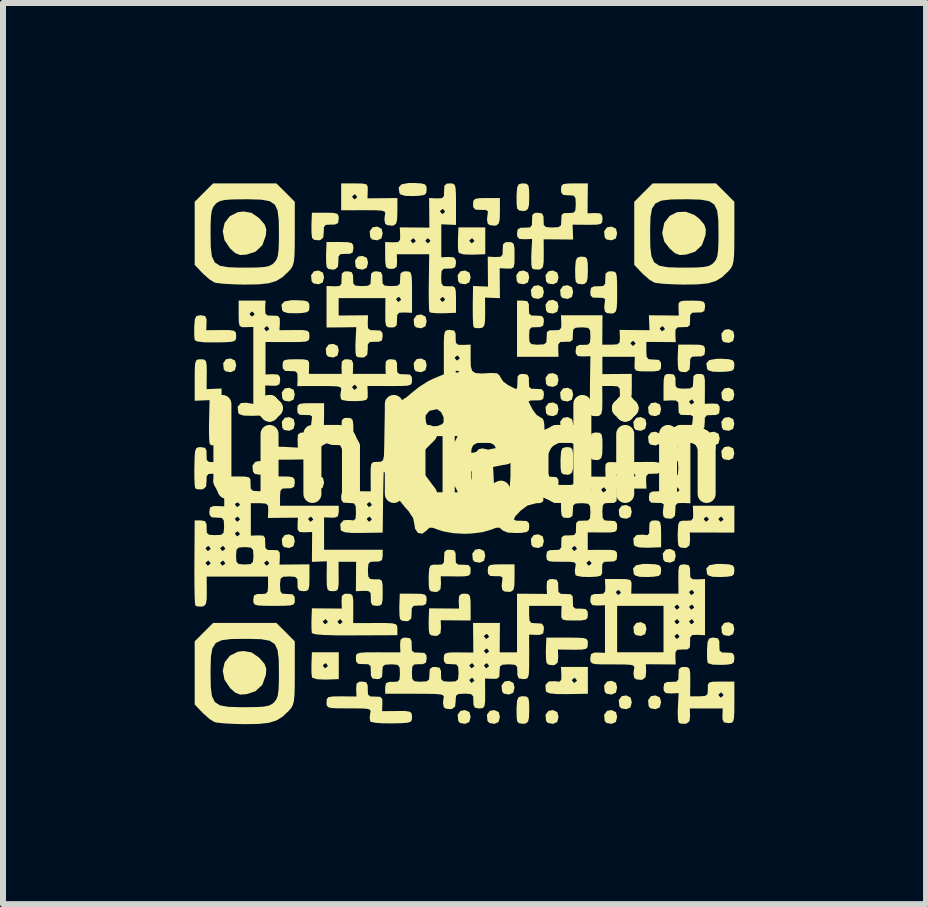
<source format=kicad_pcb>
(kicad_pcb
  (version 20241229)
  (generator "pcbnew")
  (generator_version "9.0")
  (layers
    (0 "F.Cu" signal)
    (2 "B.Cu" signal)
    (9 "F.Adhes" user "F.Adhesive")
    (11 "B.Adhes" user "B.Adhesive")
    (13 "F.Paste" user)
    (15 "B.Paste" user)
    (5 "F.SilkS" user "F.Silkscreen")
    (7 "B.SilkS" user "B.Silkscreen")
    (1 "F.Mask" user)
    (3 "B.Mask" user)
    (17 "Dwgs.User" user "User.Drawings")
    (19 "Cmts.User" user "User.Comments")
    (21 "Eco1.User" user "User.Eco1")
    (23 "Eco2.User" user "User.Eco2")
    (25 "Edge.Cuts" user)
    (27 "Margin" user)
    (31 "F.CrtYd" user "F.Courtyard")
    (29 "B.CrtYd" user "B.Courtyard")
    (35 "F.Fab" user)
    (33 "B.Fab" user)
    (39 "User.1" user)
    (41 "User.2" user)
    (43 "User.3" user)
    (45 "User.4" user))
  (footprint "linkedin"
    (layer "F.Cu")
    (at 4.693 4.505)
    (property "Reference" "linkedin" (at 0 0 0) (layer "F.SilkS") (effects (font (size 1.5 1.5) (thickness 0.3))))
    (attr board_only exclude_from_pos_files exclude_from_bom)
    (fp_poly (pts (xy -3.825 -1.545) (xy -3.806 -1.465) (xy -3.828 -1.382) (xy -3.898 -1.351) (xy -3.984 -1.365) (xy -4.014 -1.401) (xy -4.023 -1.502) (xy -3.974 -1.568) (xy -3.898 -1.58)) (stroke (width 0) (type solid)) (fill yes) (layer "F.SilkS"))
    (fp_poly (pts (xy -3.336 0.165) (xy -3.317 0.244) (xy -3.34 0.328) (xy -3.409 0.359) (xy -3.495 0.344) (xy -3.526 0.308) (xy -3.535 0.207) (xy -3.486 0.142) (xy -3.409 0.129)) (stroke (width 0) (type solid)) (fill yes) (layer "F.SilkS"))
    (fp_poly (pts (xy -2.848 -1.057) (xy -2.829 -0.977) (xy -2.851 -0.893) (xy -2.921 -0.862) (xy -3.007 -0.877) (xy -3.037 -0.913) (xy -3.046 -1.014) (xy -2.997 -1.08) (xy -2.921 -1.092)) (stroke (width 0) (type solid)) (fill yes) (layer "F.SilkS"))
    (fp_poly (pts (xy -2.848 -0.568) (xy -2.829 -0.488) (xy -2.851 -0.405) (xy -2.921 -0.374) (xy -3.007 -0.388) (xy -3.037 -0.425) (xy -3.046 -0.525) (xy -2.997 -0.591) (xy -2.921 -0.603)) (stroke (width 0) (type solid)) (fill yes) (layer "F.SilkS"))
    (fp_poly (pts (xy -2.848 1.386) (xy -2.829 1.465) (xy -2.851 1.549) (xy -2.921 1.58) (xy -3.007 1.565) (xy -3.037 1.529) (xy -3.046 1.429) (xy -2.997 1.363) (xy -2.921 1.351)) (stroke (width 0) (type solid)) (fill yes) (layer "F.SilkS"))
    (fp_poly (pts (xy -2.36 -3.01) (xy -2.341 -2.931) (xy -2.363 -2.847) (xy -2.432 -2.816) (xy -2.518 -2.831) (xy -2.549 -2.867) (xy -2.558 -2.968) (xy -2.509 -3.033) (xy -2.432 -3.046)) (stroke (width 0) (type solid)) (fill yes) (layer "F.SilkS"))
    (fp_poly (pts (xy -2.36 0.409) (xy -2.341 0.488) (xy -2.363 0.572) (xy -2.432 0.603) (xy -2.518 0.588) (xy -2.549 0.552) (xy -2.558 0.452) (xy -2.509 0.386) (xy -2.432 0.374)) (stroke (width 0) (type solid)) (fill yes) (layer "F.SilkS"))
    (fp_poly (pts (xy -2.115 -1.789) (xy -2.096 -1.71) (xy -2.119 -1.626) (xy -2.188 -1.595) (xy -2.274 -1.61) (xy -2.304 -1.646) (xy -2.313 -1.746) (xy -2.265 -1.812) (xy -2.188 -1.824)) (stroke (width 0) (type solid)) (fill yes) (layer "F.SilkS"))
    (fp_poly (pts (xy -1.627 -3.255) (xy -1.608 -3.175) (xy -1.63 -3.091) (xy -1.7 -3.06) (xy -1.785 -3.075) (xy -1.816 -3.111) (xy -1.825 -3.212) (xy -1.776 -3.278) (xy -1.7 -3.29)) (stroke (width 0) (type solid)) (fill yes) (layer "F.SilkS"))
    (fp_poly (pts (xy -1.383 -3.743) (xy -1.364 -3.663) (xy -1.386 -3.58) (xy -1.455 -3.549) (xy -1.541 -3.563) (xy -1.572 -3.6) (xy -1.581 -3.7) (xy -1.532 -3.766) (xy -1.455 -3.778)) (stroke (width 0) (type solid)) (fill yes) (layer "F.SilkS"))
    (fp_poly (pts (xy -0.65 -2.278) (xy -0.631 -2.198) (xy -0.653 -2.114) (xy -0.723 -2.083) (xy -0.809 -2.098) (xy -0.839 -2.134) (xy -0.848 -2.235) (xy -0.799 -2.301) (xy -0.723 -2.313)) (stroke (width 0) (type solid)) (fill yes) (layer "F.SilkS"))
    (fp_poly (pts (xy -0.65 -1.545) (xy -0.631 -1.465) (xy -0.653 -1.382) (xy -0.723 -1.351) (xy -0.809 -1.365) (xy -0.839 -1.401) (xy -0.848 -1.502) (xy -0.799 -1.568) (xy -0.723 -1.58)) (stroke (width 0) (type solid)) (fill yes) (layer "F.SilkS"))
    (fp_poly (pts (xy 0.083 -3.01) (xy 0.102 -2.931) (xy 0.079 -2.847) (xy 0.01 -2.816) (xy -0.076 -2.831) (xy -0.106 -2.867) (xy -0.115 -2.968) (xy -0.067 -3.033) (xy 0.01 -3.046)) (stroke (width 0) (type solid)) (fill yes) (layer "F.SilkS"))
    (fp_poly (pts (xy 0.083 4.316) (xy 0.102 4.396) (xy 0.079 4.48) (xy 0.01 4.511) (xy -0.076 4.496) (xy -0.106 4.46) (xy -0.115 4.359) (xy -0.067 4.294) (xy 0.01 4.281)) (stroke (width 0) (type solid)) (fill yes) (layer "F.SilkS"))
    (fp_poly (pts (xy 0.327 1.63) (xy 0.346 1.71) (xy 0.324 1.793) (xy 0.254 1.824) (xy 0.168 1.81) (xy 0.138 1.774) (xy 0.129 1.673) (xy 0.178 1.607) (xy 0.254 1.595)) (stroke (width 0) (type solid)) (fill yes) (layer "F.SilkS"))
    (fp_poly (pts (xy 0.571 4.316) (xy 0.59 4.396) (xy 0.568 4.48) (xy 0.498 4.511) (xy 0.413 4.496) (xy 0.382 4.46) (xy 0.373 4.359) (xy 0.422 4.294) (xy 0.498 4.281)) (stroke (width 0) (type solid)) (fill yes) (layer "F.SilkS"))
    (fp_poly (pts (xy 0.815 3.828) (xy 0.834 3.908) (xy 0.812 3.992) (xy 0.743 4.022) (xy 0.657 4.008) (xy 0.626 3.972) (xy 0.617 3.871) (xy 0.666 3.805) (xy 0.743 3.793)) (stroke (width 0) (type solid)) (fill yes) (layer "F.SilkS"))
    (fp_poly (pts (xy 1.06 -3.01) (xy 1.079 -2.931) (xy 1.056 -2.847) (xy 0.987 -2.816) (xy 0.901 -2.831) (xy 0.871 -2.867) (xy 0.862 -2.968) (xy 0.91 -3.033) (xy 0.987 -3.046)) (stroke (width 0) (type solid)) (fill yes) (layer "F.SilkS"))
    (fp_poly (pts (xy 1.304 -2.766) (xy 1.323 -2.687) (xy 1.301 -2.603) (xy 1.231 -2.572) (xy 1.145 -2.587) (xy 1.115 -2.623) (xy 1.106 -2.723) (xy 1.155 -2.789) (xy 1.231 -2.801)) (stroke (width 0) (type solid)) (fill yes) (layer "F.SilkS"))
    (fp_poly (pts (xy 1.304 1.386) (xy 1.323 1.465) (xy 1.301 1.549) (xy 1.231 1.58) (xy 1.145 1.565) (xy 1.115 1.529) (xy 1.106 1.429) (xy 1.155 1.363) (xy 1.231 1.351)) (stroke (width 0) (type solid)) (fill yes) (layer "F.SilkS"))
    (fp_poly (pts (xy 1.548 -3.01) (xy 1.567 -2.931) (xy 1.545 -2.847) (xy 1.475 -2.816) (xy 1.39 -2.831) (xy 1.359 -2.867) (xy 1.35 -2.968) (xy 1.399 -3.033) (xy 1.475 -3.046)) (stroke (width 0) (type solid)) (fill yes) (layer "F.SilkS"))
    (fp_poly (pts (xy 1.548 -2.522) (xy 1.567 -2.442) (xy 1.545 -2.358) (xy 1.475 -2.328) (xy 1.39 -2.342) (xy 1.359 -2.378) (xy 1.35 -2.479) (xy 1.399 -2.545) (xy 1.475 -2.557)) (stroke (width 0) (type solid)) (fill yes) (layer "F.SilkS"))
    (fp_poly (pts (xy 1.548 -1.301) (xy 1.567 -1.221) (xy 1.545 -1.137) (xy 1.475 -1.106) (xy 1.39 -1.121) (xy 1.359 -1.157) (xy 1.35 -1.258) (xy 1.399 -1.324) (xy 1.475 -1.336)) (stroke (width 0) (type solid)) (fill yes) (layer "F.SilkS"))
    (fp_poly (pts (xy 1.548 -0.812) (xy 1.567 -0.733) (xy 1.545 -0.649) (xy 1.475 -0.618) (xy 1.39 -0.633) (xy 1.359 -0.669) (xy 1.35 -0.77) (xy 1.399 -0.835) (xy 1.475 -0.847)) (stroke (width 0) (type solid)) (fill yes) (layer "F.SilkS"))
    (fp_poly (pts (xy 1.548 4.316) (xy 1.567 4.396) (xy 1.545 4.48) (xy 1.475 4.511) (xy 1.39 4.496) (xy 1.359 4.46) (xy 1.35 4.359) (xy 1.399 4.294) (xy 1.475 4.281)) (stroke (width 0) (type solid)) (fill yes) (layer "F.SilkS"))
    (fp_poly (pts (xy 1.792 -2.766) (xy 1.811 -2.687) (xy 1.789 -2.603) (xy 1.72 -2.572) (xy 1.634 -2.587) (xy 1.603 -2.623) (xy 1.594 -2.723) (xy 1.643 -2.789) (xy 1.72 -2.801)) (stroke (width 0) (type solid)) (fill yes) (layer "F.SilkS"))
    (fp_poly (pts (xy 1.792 -1.057) (xy 1.811 -0.977) (xy 1.789 -0.893) (xy 1.72 -0.862) (xy 1.634 -0.877) (xy 1.603 -0.913) (xy 1.594 -1.014) (xy 1.643 -1.08) (xy 1.72 -1.092)) (stroke (width 0) (type solid)) (fill yes) (layer "F.SilkS"))
    (fp_poly (pts (xy 1.792 -0.568) (xy 1.811 -0.488) (xy 1.789 -0.405) (xy 1.72 -0.374) (xy 1.634 -0.388) (xy 1.603 -0.425) (xy 1.594 -0.525) (xy 1.643 -0.591) (xy 1.72 -0.603)) (stroke (width 0) (type solid)) (fill yes) (layer "F.SilkS"))
    (fp_poly (pts (xy 2.525 -3.743) (xy 2.544 -3.663) (xy 2.522 -3.58) (xy 2.452 -3.549) (xy 2.366 -3.563) (xy 2.336 -3.6) (xy 2.327 -3.7) (xy 2.376 -3.766) (xy 2.452 -3.778)) (stroke (width 0) (type solid)) (fill yes) (layer "F.SilkS"))
    (fp_poly (pts (xy 2.525 3.828) (xy 2.544 3.908) (xy 2.522 3.992) (xy 2.452 4.022) (xy 2.366 4.008) (xy 2.336 3.972) (xy 2.327 3.871) (xy 2.376 3.805) (xy 2.452 3.793)) (stroke (width 0) (type solid)) (fill yes) (layer "F.SilkS"))
    (fp_poly (pts (xy 2.525 4.316) (xy 2.544 4.396) (xy 2.522 4.48) (xy 2.452 4.511) (xy 2.366 4.496) (xy 2.336 4.46) (xy 2.327 4.359) (xy 2.376 4.294) (xy 2.452 4.281)) (stroke (width 0) (type solid)) (fill yes) (layer "F.SilkS"))
    (fp_poly (pts (xy 2.769 0.897) (xy 2.788 0.977) (xy 2.766 1.061) (xy 2.697 1.092) (xy 2.611 1.077) (xy 2.58 1.041) (xy 2.571 0.94) (xy 2.62 0.874) (xy 2.697 0.862)) (stroke (width 0) (type solid)) (fill yes) (layer "F.SilkS"))
    (fp_poly (pts (xy 2.769 4.072) (xy 2.788 4.152) (xy 2.766 4.236) (xy 2.697 4.267) (xy 2.611 4.252) (xy 2.58 4.216) (xy 2.571 4.115) (xy 2.62 4.049) (xy 2.697 4.037)) (stroke (width 0) (type solid)) (fill yes) (layer "F.SilkS"))
    (fp_poly (pts (xy 3.014 -0.568) (xy 3.033 -0.488) (xy 3.01 -0.405) (xy 2.941 -0.374) (xy 2.855 -0.388) (xy 2.824 -0.425) (xy 2.815 -0.525) (xy 2.864 -0.591) (xy 2.941 -0.603)) (stroke (width 0) (type solid)) (fill yes) (layer "F.SilkS"))
    (fp_poly (pts (xy 3.014 2.851) (xy 3.033 2.931) (xy 3.01 3.015) (xy 2.941 3.046) (xy 2.855 3.031) (xy 2.824 2.995) (xy 2.815 2.894) (xy 2.864 2.828) (xy 2.941 2.816)) (stroke (width 0) (type solid)) (fill yes) (layer "F.SilkS"))
    (fp_poly (pts (xy 3.258 -0.812) (xy 3.277 -0.733) (xy 3.254 -0.649) (xy 3.185 -0.618) (xy 3.099 -0.633) (xy 3.069 -0.669) (xy 3.06 -0.77) (xy 3.108 -0.835) (xy 3.185 -0.847)) (stroke (width 0) (type solid)) (fill yes) (layer "F.SilkS"))
    (fp_poly (pts (xy 3.258 -0.324) (xy 3.277 -0.244) (xy 3.254 -0.16) (xy 3.185 -0.129) (xy 3.099 -0.144) (xy 3.069 -0.18) (xy 3.06 -0.281) (xy 3.108 -0.347) (xy 3.185 -0.359)) (stroke (width 0) (type solid)) (fill yes) (layer "F.SilkS"))
    (fp_poly (pts (xy 3.258 4.072) (xy 3.277 4.152) (xy 3.254 4.236) (xy 3.185 4.267) (xy 3.099 4.252) (xy 3.069 4.216) (xy 3.06 4.115) (xy 3.108 4.049) (xy 3.185 4.037)) (stroke (width 0) (type solid)) (fill yes) (layer "F.SilkS"))
    (fp_poly (pts (xy 3.502 1.63) (xy 3.521 1.71) (xy 3.499 1.793) (xy 3.429 1.824) (xy 3.343 1.81) (xy 3.313 1.774) (xy 3.304 1.673) (xy 3.353 1.607) (xy 3.429 1.595)) (stroke (width 0) (type solid)) (fill yes) (layer "F.SilkS"))
    (fp_poly (pts (xy 4.235 -0.324) (xy 4.254 -0.244) (xy 4.231 -0.16) (xy 4.162 -0.129) (xy 4.076 -0.144) (xy 4.046 -0.18) (xy 4.037 -0.281) (xy 4.085 -0.347) (xy 4.162 -0.359)) (stroke (width 0) (type solid)) (fill yes) (layer "F.SilkS"))
    (fp_poly (pts (xy 4.479 -2.034) (xy 4.498 -1.954) (xy 4.476 -1.87) (xy 4.406 -1.839) (xy 4.32 -1.854) (xy 4.29 -1.89) (xy 4.281 -1.991) (xy 4.33 -2.056) (xy 4.406 -2.069)) (stroke (width 0) (type solid)) (fill yes) (layer "F.SilkS"))
    (fp_poly (pts (xy 4.479 -1.057) (xy 4.498 -0.977) (xy 4.476 -0.893) (xy 4.406 -0.862) (xy 4.32 -0.877) (xy 4.29 -0.913) (xy 4.281 -1.014) (xy 4.33 -1.08) (xy 4.406 -1.092)) (stroke (width 0) (type solid)) (fill yes) (layer "F.SilkS"))
    (fp_poly (pts (xy 4.479 -0.568) (xy 4.498 -0.488) (xy 4.476 -0.405) (xy 4.406 -0.374) (xy 4.32 -0.388) (xy 4.29 -0.425) (xy 4.281 -0.525) (xy 4.33 -0.591) (xy 4.406 -0.603)) (stroke (width 0) (type solid)) (fill yes) (layer "F.SilkS"))
    (fp_poly (pts (xy 4.479 -0.08) (xy 4.498 -0.000001) (xy 4.476 0.084) (xy 4.406 0.115) (xy 4.32 0.1) (xy 4.29 0.064) (xy 4.281 -0.037) (xy 4.33 -0.103) (xy 4.406 -0.115)) (stroke (width 0) (type solid)) (fill yes) (layer "F.SilkS"))
    (fp_poly (pts (xy 4.479 2.851) (xy 4.498 2.931) (xy 4.476 3.015) (xy 4.406 3.046) (xy 4.32 3.031) (xy 4.29 2.995) (xy 4.281 2.894) (xy 4.33 2.828) (xy 4.406 2.816)) (stroke (width 0) (type solid)) (fill yes) (layer "F.SilkS"))
    (fp_poly (pts (xy -2.675 -2.544) (xy -2.611 -2.526) (xy -2.588 -2.488) (xy -2.585 -2.442) (xy -2.591 -2.383) (xy -2.625 -2.352) (xy -2.705 -2.338) (xy -2.801 -2.333) (xy -2.944 -2.336) (xy -3.02 -2.36) (xy -3.039 -2.384) (xy -3.052 -2.475) (xy -3.003 -2.53) (xy -2.885 -2.551) (xy -2.801 -2.551)) (stroke (width 0) (type solid)) (fill yes) (layer "F.SilkS"))
    (fp_poly (pts (xy -0.721 -4.498) (xy -0.657 -4.48) (xy -0.634 -4.442) (xy -0.631 -4.396) (xy -0.638 -4.337) (xy -0.671 -4.305) (xy -0.751 -4.292) (xy -0.847 -4.287) (xy -0.99 -4.29) (xy -1.067 -4.314) (xy -1.085 -4.338) (xy -1.098 -4.429) (xy -1.049 -4.483) (xy -0.931 -4.505) (xy -0.847 -4.505)) (stroke (width 0) (type solid)) (fill yes) (layer "F.SilkS"))
    (fp_poly (pts (xy 3.186 1.852) (xy 3.251 1.87) (xy 3.274 1.908) (xy 3.277 1.954) (xy 3.27 2.013) (xy 3.237 2.045) (xy 3.157 2.058) (xy 3.061 2.063) (xy 2.918 2.06) (xy 2.841 2.036) (xy 2.822 2.012) (xy 2.809 1.921) (xy 2.859 1.867) (xy 2.977 1.845) (xy 3.061 1.845)) (stroke (width 0) (type solid)) (fill yes) (layer "F.SilkS"))
    (fp_poly (pts (xy 4.407 -1.567) (xy 4.472 -1.549) (xy 4.495 -1.511) (xy 4.498 -1.465) (xy 4.491 -1.406) (xy 4.458 -1.375) (xy 4.378 -1.361) (xy 4.282 -1.356) (xy 4.139 -1.359) (xy 4.062 -1.383) (xy 4.043 -1.407) (xy 4.03 -1.498) (xy 4.08 -1.553) (xy 4.198 -1.574) (xy 4.282 -1.575)) (stroke (width 0) (type solid)) (fill yes) (layer "F.SilkS"))
    (fp_poly (pts (xy 4.407 1.852) (xy 4.472 1.87) (xy 4.495 1.908) (xy 4.498 1.954) (xy 4.491 2.013) (xy 4.458 2.045) (xy 4.378 2.058) (xy 4.282 2.063) (xy 4.139 2.06) (xy 4.062 2.036) (xy 4.043 2.012) (xy 4.03 1.921) (xy 4.08 1.867) (xy 4.198 1.845) (xy 4.282 1.845)) (stroke (width 0) (type solid)) (fill yes) (layer "F.SilkS"))
    (fp_poly (pts (xy 1.035 -4.492) (xy 1.066 -4.461) (xy 1.077 -4.386) (xy 1.079 -4.274) (xy 1.075 -4.144) (xy 1.059 -4.075) (xy 1.023 -4.045) (xy 0.987 -4.037) (xy 0.909 -4.047) (xy 0.878 -4.078) (xy 0.869 -4.15) (xy 0.867 -4.266) (xy 0.868 -4.315) (xy 0.877 -4.428) (xy 0.901 -4.482) (xy 0.952 -4.497) (xy 0.977 -4.498)) (stroke (width 0) (type solid)) (fill yes) (layer "F.SilkS"))
    (fp_poly (pts (xy 1.035 4.056) (xy 1.066 4.087) (xy 1.077 4.162) (xy 1.079 4.274) (xy 1.075 4.404) (xy 1.059 4.473) (xy 1.023 4.503) (xy 0.987 4.511) (xy 0.909 4.501) (xy 0.878 4.47) (xy 0.869 4.399) (xy 0.867 4.282) (xy 0.868 4.233) (xy 0.877 4.12) (xy 0.901 4.066) (xy 0.952 4.051) (xy 0.977 4.05)) (stroke (width 0) (type solid)) (fill yes) (layer "F.SilkS"))
    (fp_poly (pts (xy 1.768 -0.096) (xy 1.798 -0.065) (xy 1.81 0.01) (xy 1.811 0.122) (xy 1.808 0.252) (xy 1.792 0.321) (xy 1.756 0.351) (xy 1.72 0.359) (xy 1.641 0.349) (xy 1.611 0.318) (xy 1.602 0.247) (xy 1.6 0.13) (xy 1.601 0.081) (xy 1.61 -0.032) (xy 1.633 -0.085) (xy 1.685 -0.101) (xy 1.71 -0.102)) (stroke (width 0) (type solid)) (fill yes) (layer "F.SilkS"))
    (fp_poly (pts (xy 2.012 -3.271) (xy 2.042 -3.24) (xy 2.054 -3.165) (xy 2.056 -3.053) (xy 2.052 -2.923) (xy 2.036 -2.854) (xy 2 -2.824) (xy 1.964 -2.816) (xy 1.886 -2.826) (xy 1.855 -2.857) (xy 1.846 -2.928) (xy 1.844 -3.045) (xy 1.845 -3.094) (xy 1.854 -3.207) (xy 1.878 -3.26) (xy 1.929 -3.276) (xy 1.954 -3.277)) (stroke (width 0) (type solid)) (fill yes) (layer "F.SilkS"))
    (fp_poly (pts (xy 2.256 -0.34) (xy 2.287 -0.309) (xy 2.298 -0.234) (xy 2.3 -0.122) (xy 2.296 0.008) (xy 2.281 0.077) (xy 2.244 0.107) (xy 2.208 0.115) (xy 2.13 0.105) (xy 2.099 0.074) (xy 2.09 0.002) (xy 2.088 -0.114) (xy 2.089 -0.163) (xy 2.098 -0.276) (xy 2.122 -0.33) (xy 2.174 -0.345) (xy 2.198 -0.346)) (stroke (width 0) (type solid)) (fill yes) (layer "F.SilkS"))
    (fp_poly (pts (xy -3.552 -4.007) (xy -3.436 -3.929) (xy -3.411 -3.906) (xy -3.332 -3.814) (xy -3.304 -3.732) (xy -3.311 -3.633) (xy -3.37 -3.467) (xy -3.485 -3.359) (xy -3.633 -3.311) (xy -3.739 -3.304) (xy -3.821 -3.336) (xy -3.906 -3.411) (xy -4.001 -3.552) (xy -4.03 -3.7) (xy -3.999 -3.839) (xy -3.913 -3.951) (xy -3.78 -4.018) (xy -3.683 -4.03)) (stroke (width 0) (type solid)) (fill yes) (layer "F.SilkS"))
    (fp_poly (pts (xy -3.552 3.319) (xy -3.436 3.398) (xy -3.411 3.421) (xy -3.332 3.513) (xy -3.304 3.595) (xy -3.311 3.693) (xy -3.37 3.86) (xy -3.485 3.967) (xy -3.633 4.016) (xy -3.739 4.023) (xy -3.821 3.991) (xy -3.906 3.916) (xy -4.001 3.775) (xy -4.03 3.627) (xy -3.999 3.488) (xy -3.913 3.376) (xy -3.78 3.309) (xy -3.683 3.297)) (stroke (width 0) (type solid)) (fill yes) (layer "F.SilkS"))
    (fp_poly (pts (xy -1.896 -0.584) (xy -1.865 -0.554) (xy -1.854 -0.478) (xy -1.852 -0.366) (xy -1.852 -0.142) (xy -2.068 -0.135) (xy -2.211 -0.138) (xy -2.288 -0.162) (xy -2.307 -0.186) (xy -2.316 -0.288) (xy -2.261 -0.348) (xy -2.161 -0.353) (xy -2.081 -0.344) (xy -2.051 -0.375) (xy -2.05 -0.46) (xy -2.045 -0.55) (xy -2.008 -0.586) (xy -1.954 -0.59)) (stroke (width 0) (type solid)) (fill yes) (layer "F.SilkS"))
    (fp_poly (pts (xy 3.233 1.125) (xy 3.264 1.156) (xy 3.275 1.231) (xy 3.277 1.343) (xy 3.277 1.567) (xy 3.061 1.575) (xy 2.918 1.571) (xy 2.841 1.548) (xy 2.822 1.524) (xy 2.813 1.422) (xy 2.868 1.362) (xy 2.968 1.357) (xy 3.048 1.366) (xy 3.078 1.335) (xy 3.079 1.25) (xy 3.084 1.159) (xy 3.121 1.124) (xy 3.175 1.119)) (stroke (width 0) (type solid)) (fill yes) (layer "F.SilkS"))
    (fp_poly (pts (xy 3.835 -3.97) (xy 3.916 -3.906) (xy 3.995 -3.814) (xy 4.023 -3.732) (xy 4.016 -3.633) (xy 3.957 -3.467) (xy 3.842 -3.359) (xy 3.693 -3.311) (xy 3.587 -3.304) (xy 3.506 -3.336) (xy 3.421 -3.411) (xy 3.33 -3.529) (xy 3.298 -3.654) (xy 3.297 -3.683) (xy 3.33 -3.841) (xy 3.418 -3.955) (xy 3.543 -4.019) (xy 3.688 -4.026)) (stroke (width 0) (type solid)) (fill yes) (layer "F.SilkS"))
    (fp_poly (pts (xy -2.628 -0.34) (xy -2.598 -0.309) (xy -2.586 -0.234) (xy -2.585 -0.122) (xy -2.585 0.102) (xy -2.924 0.107) (xy -3.103 0.107) (xy -3.215 0.096) (xy -3.272 0.073) (xy -3.284 0.056) (xy -3.298 -0.033) (xy -3.253 -0.087) (xy -3.142 -0.109) (xy -3.018 -0.107) (xy -2.778 -0.094) (xy -2.783 -0.22) (xy -2.777 -0.309) (xy -2.737 -0.342) (xy -2.687 -0.346)) (stroke (width 0) (type solid)) (fill yes) (layer "F.SilkS"))
    (fp_poly (pts (xy -2.341 -0.611) (xy -2.344 -0.48) (xy -2.36 -0.411) (xy -2.397 -0.381) (xy -2.428 -0.374) (xy -2.51 -0.383) (xy -2.544 -0.407) (xy -2.557 -0.479) (xy -2.548 -0.548) (xy -2.541 -0.612) (xy -2.577 -0.636) (xy -2.656 -0.637) (xy -2.748 -0.641) (xy -2.783 -0.677) (xy -2.788 -0.733) (xy -2.782 -0.791) (xy -2.752 -0.821) (xy -2.676 -0.833) (xy -2.564 -0.834) (xy -2.341 -0.834)) (stroke (width 0) (type solid)) (fill yes) (layer "F.SilkS"))
    (fp_poly (pts (xy -2.192 -4.007) (xy -2.125 -3.993) (xy -2.1 -3.959) (xy -2.096 -3.908) (xy -2.108 -3.837) (xy -2.159 -3.812) (xy -2.224 -3.811) (xy -2.312 -3.807) (xy -2.344 -3.768) (xy -2.346 -3.689) (xy -2.354 -3.596) (xy -2.399 -3.556) (xy -2.432 -3.549) (xy -2.511 -3.559) (xy -2.541 -3.589) (xy -2.55 -3.661) (xy -2.552 -3.777) (xy -2.551 -3.826) (xy -2.544 -4.009) (xy -2.32 -4.009)) (stroke (width 0) (type solid)) (fill yes) (layer "F.SilkS"))
    (fp_poly (pts (xy -1.948 -3.518) (xy -1.881 -3.504) (xy -1.856 -3.47) (xy -1.852 -3.419) (xy -1.864 -3.348) (xy -1.914 -3.323) (xy -1.98 -3.323) (xy -2.068 -3.319) (xy -2.1 -3.28) (xy -2.102 -3.201) (xy -2.11 -3.108) (xy -2.154 -3.068) (xy -2.188 -3.06) (xy -2.266 -3.07) (xy -2.297 -3.101) (xy -2.306 -3.173) (xy -2.308 -3.289) (xy -2.307 -3.338) (xy -2.3 -3.521) (xy -2.076 -3.521)) (stroke (width 0) (type solid)) (fill yes) (layer "F.SilkS"))
    (fp_poly (pts (xy -0.727 2.343) (xy -0.66 2.357) (xy -0.635 2.391) (xy -0.631 2.442) (xy -0.642 2.513) (xy -0.693 2.538) (xy -0.759 2.539) (xy -0.847 2.543) (xy -0.879 2.582) (xy -0.881 2.661) (xy -0.888 2.754) (xy -0.933 2.794) (xy -0.967 2.801) (xy -1.045 2.791) (xy -1.076 2.761) (xy -1.085 2.689) (xy -1.087 2.573) (xy -1.086 2.524) (xy -1.079 2.341) (xy -0.855 2.341)) (stroke (width 0) (type solid)) (fill yes) (layer "F.SilkS"))
    (fp_poly (pts (xy 0.59 -4.03) (xy 0.587 -3.9) (xy 0.57 -3.83) (xy 0.534 -3.8) (xy 0.502 -3.793) (xy 0.421 -3.802) (xy 0.387 -3.826) (xy 0.374 -3.898) (xy 0.383 -3.967) (xy 0.39 -4.032) (xy 0.354 -4.056) (xy 0.274 -4.056) (xy 0.183 -4.06) (xy 0.147 -4.097) (xy 0.142 -4.152) (xy 0.148 -4.21) (xy 0.179 -4.241) (xy 0.255 -4.252) (xy 0.366 -4.254) (xy 0.59 -4.254)) (stroke (width 0) (type solid)) (fill yes) (layer "F.SilkS"))
    (fp_poly (pts (xy 0.834 2.076) (xy 0.831 2.206) (xy 0.815 2.276) (xy 0.778 2.305) (xy 0.747 2.312) (xy 0.665 2.304) (xy 0.631 2.28) (xy 0.618 2.207) (xy 0.627 2.139) (xy 0.634 2.074) (xy 0.598 2.05) (xy 0.519 2.05) (xy 0.427 2.045) (xy 0.392 2.009) (xy 0.387 1.954) (xy 0.393 1.896) (xy 0.423 1.865) (xy 0.499 1.854) (xy 0.611 1.852) (xy 0.834 1.852)) (stroke (width 0) (type solid)) (fill yes) (layer "F.SilkS"))
    (fp_poly (pts (xy 3.914 -1.809) (xy 3.981 -1.795) (xy 4.006 -1.76) (xy 4.009 -1.71) (xy 3.998 -1.639) (xy 3.947 -1.614) (xy 3.882 -1.613) (xy 3.794 -1.609) (xy 3.761 -1.57) (xy 3.76 -1.491) (xy 3.752 -1.398) (xy 3.707 -1.358) (xy 3.673 -1.351) (xy 3.595 -1.361) (xy 3.565 -1.391) (xy 3.556 -1.463) (xy 3.553 -1.579) (xy 3.555 -1.628) (xy 3.562 -1.811) (xy 3.786 -1.811)) (stroke (width 0) (type solid)) (fill yes) (layer "F.SilkS"))
    (fp_poly (pts (xy 1.877 3.074) (xy 1.979 3.08) (xy 2.032 3.096) (xy 2.053 3.126) (xy 2.056 3.175) (xy 2.051 3.231) (xy 2.023 3.261) (xy 1.955 3.273) (xy 1.826 3.275) (xy 1.806 3.275) (xy 1.557 3.272) (xy 1.562 3.397) (xy 1.553 3.489) (xy 1.506 3.528) (xy 1.475 3.534) (xy 1.397 3.524) (xy 1.367 3.493) (xy 1.358 3.422) (xy 1.355 3.305) (xy 1.357 3.256) (xy 1.364 3.073) (xy 1.71 3.073)) (stroke (width 0) (type solid)) (fill yes) (layer "F.SilkS"))
    (fp_poly (pts (xy -2.096 3.541) (xy -2.096 3.765) (xy -2.312 3.773) (xy -2.455 3.768) (xy -2.533 3.745) (xy -2.543 3.732) (xy -2.551 3.664) (xy -2.552 3.55) (xy -2.552 3.541) (xy -2.361 3.541) (xy -2.33 3.581) (xy -2.32 3.582) (xy -2.281 3.551) (xy -2.279 3.541) (xy -2.31 3.502) (xy -2.32 3.501) (xy -2.36 3.532) (xy -2.361 3.541) (xy -2.552 3.541) (xy -2.551 3.501) (xy -2.544 3.317) (xy -2.32 3.317) (xy -2.096 3.317)) (stroke (width 0) (type solid)) (fill yes) (layer "F.SilkS"))
    (fp_poly (pts (xy 0.058 2.346) (xy 0.089 2.377) (xy 0.1 2.453) (xy 0.102 2.564) (xy 0.102 2.788) (xy -0.148 2.786) (xy -0.397 2.784) (xy -0.392 2.908) (xy -0.401 3) (xy -0.448 3.039) (xy -0.478 3.046) (xy -0.557 3.035) (xy -0.587 3.005) (xy -0.596 2.933) (xy -0.598 2.817) (xy -0.597 2.768) (xy -0.59 2.585) (xy -0.341 2.587) (xy -0.091 2.589) (xy -0.097 2.465) (xy -0.09 2.377) (xy -0.049 2.344) (xy -0.000001 2.341)) (stroke (width 0) (type solid)) (fill yes) (layer "F.SilkS"))
    (fp_poly (pts (xy 0.346 -3.541) (xy 0.346 -3.317) (xy 0.13 -3.31) (xy -0.013 -3.314) (xy -0.09 -3.337) (xy -0.101 -3.351) (xy -0.109 -3.419) (xy -0.11 -3.532) (xy -0.11 -3.541) (xy 0.081 -3.541) (xy 0.112 -3.502) (xy 0.122 -3.501) (xy 0.162 -3.532) (xy 0.163 -3.541) (xy 0.132 -3.581) (xy 0.122 -3.582) (xy 0.083 -3.551) (xy 0.081 -3.541) (xy -0.11 -3.541) (xy -0.109 -3.582) (xy -0.102 -3.765) (xy 0.122 -3.765) (xy 0.346 -3.765)) (stroke (width 0) (type solid)) (fill yes) (layer "F.SilkS"))
    (fp_poly (pts (xy 4.223 3.085) (xy 4.248 3.136) (xy 4.248 3.201) (xy 4.252 3.289) (xy 4.291 3.321) (xy 4.37 3.323) (xy 4.46 3.328) (xy 4.494 3.367) (xy 4.498 3.419) (xy 4.491 3.479) (xy 4.458 3.51) (xy 4.378 3.524) (xy 4.282 3.528) (xy 4.139 3.524) (xy 4.061 3.501) (xy 4.051 3.488) (xy 4.043 3.42) (xy 4.042 3.306) (xy 4.043 3.256) (xy 4.052 3.143) (xy 4.076 3.09) (xy 4.127 3.074) (xy 4.152 3.073)) (stroke (width 0) (type solid)) (fill yes) (layer "F.SilkS"))
    (fp_poly (pts (xy -4.325 -2.288) (xy -4.3 -2.236) (xy -4.3 -2.176) (xy -4.305 -2.051) (xy -4.055 -2.053) (xy -3.918 -2.053) (xy -3.844 -2.042) (xy -3.812 -2.014) (xy -3.806 -1.962) (xy -3.806 -1.954) (xy -3.809 -1.904) (xy -3.831 -1.874) (xy -3.886 -1.857) (xy -3.992 -1.85) (xy -4.145 -1.847) (xy -4.339 -1.849) (xy -4.457 -1.864) (xy -4.498 -1.887) (xy -4.505 -1.954) (xy -4.506 -2.067) (xy -4.505 -2.117) (xy -4.496 -2.23) (xy -4.472 -2.284) (xy -4.421 -2.299) (xy -4.396 -2.3)) (stroke (width 0) (type solid)) (fill yes) (layer "F.SilkS"))
    (fp_poly (pts (xy 2.056 3.786) (xy 2.056 4.009) (xy 1.717 4.015) (xy 1.537 4.014) (xy 1.425 4.003) (xy 1.368 3.981) (xy 1.356 3.964) (xy 1.348 3.863) (xy 1.403 3.804) (xy 1.502 3.799) (xy 1.582 3.808) (xy 1.604 3.786) (xy 1.791 3.786) (xy 1.822 3.825) (xy 1.832 3.826) (xy 1.871 3.795) (xy 1.872 3.786) (xy 1.841 3.746) (xy 1.832 3.745) (xy 1.792 3.776) (xy 1.791 3.786) (xy 1.604 3.786) (xy 1.612 3.777) (xy 1.614 3.692) (xy 1.608 3.562) (xy 1.832 3.562) (xy 2.056 3.562)) (stroke (width 0) (type solid)) (fill yes) (layer "F.SilkS"))
    (fp_poly (pts (xy -4.325 -0.09) (xy -4.3 -0.039) (xy -4.3 0.026) (xy -4.296 0.114) (xy -4.257 0.146) (xy -4.178 0.148) (xy -4.088 0.153) (xy -4.054 0.192) (xy -4.05 0.244) (xy -4.062 0.315) (xy -4.112 0.34) (xy -4.178 0.341) (xy -4.266 0.345) (xy -4.298 0.384) (xy -4.3 0.463) (xy -4.308 0.556) (xy -4.353 0.596) (xy -4.382 0.603) (xy -4.46 0.6) (xy -4.489 0.582) (xy -4.498 0.529) (xy -4.503 0.416) (xy -4.504 0.265) (xy -4.503 0.224) (xy -4.499 0.062) (xy -4.491 -0.034) (xy -4.472 -0.083) (xy -4.438 -0.1) (xy -4.396 -0.102)) (stroke (width 0) (type solid)) (fill yes) (layer "F.SilkS"))
    (fp_poly (pts (xy 2.492 -3.029) (xy 2.522 -3.009) (xy 2.537 -2.956) (xy 2.543 -2.853) (xy 2.544 -2.687) (xy 2.543 -2.518) (xy 2.536 -2.415) (xy 2.519 -2.359) (xy 2.488 -2.335) (xy 2.456 -2.328) (xy 2.374 -2.336) (xy 2.341 -2.361) (xy 2.328 -2.433) (xy 2.336 -2.501) (xy 2.344 -2.566) (xy 2.308 -2.59) (xy 2.228 -2.591) (xy 2.137 -2.595) (xy 2.101 -2.631) (xy 2.096 -2.687) (xy 2.108 -2.757) (xy 2.159 -2.782) (xy 2.224 -2.783) (xy 2.312 -2.787) (xy 2.344 -2.826) (xy 2.346 -2.905) (xy 2.351 -2.994) (xy 2.39 -3.028) (xy 2.442 -3.033)) (stroke (width 0) (type solid)) (fill yes) (layer "F.SilkS"))
    (fp_poly (pts (xy -4.34 -1.562) (xy -4.31 -1.535) (xy -4.298 -1.466) (xy -4.296 -1.337) (xy -4.297 -1.318) (xy -4.299 -1.068) (xy -4.174 -1.074) (xy -4.05 -1.079) (xy -4.05 -0.611) (xy -4.051 -0.409) (xy -4.055 -0.276) (xy -4.065 -0.195) (xy -4.083 -0.152) (xy -4.113 -0.135) (xy -4.138 -0.13) (xy -4.216 -0.133) (xy -4.246 -0.151) (xy -4.255 -0.204) (xy -4.259 -0.318) (xy -4.26 -0.471) (xy -4.258 -0.535) (xy -4.25 -0.885) (xy -4.374 -0.88) (xy -4.498 -0.875) (xy -4.498 -1.221) (xy -4.497 -1.389) (xy -4.491 -1.491) (xy -4.475 -1.544) (xy -4.445 -1.564) (xy -4.396 -1.567)) (stroke (width 0) (type solid)) (fill yes) (layer "F.SilkS"))
    (fp_poly (pts (xy -0.173 1.619) (xy -0.148 1.67) (xy -0.148 1.735) (xy -0.144 1.824) (xy -0.105 1.856) (xy -0.026 1.858) (xy 0.064 1.863) (xy 0.098 1.902) (xy 0.102 1.954) (xy 0.097 2.01) (xy 0.069 2.04) (xy 0.001 2.052) (xy -0.128 2.054) (xy -0.148 2.053) (xy -0.397 2.051) (xy -0.392 2.176) (xy -0.401 2.267) (xy -0.448 2.307) (xy -0.478 2.313) (xy -0.557 2.303) (xy -0.587 2.272) (xy -0.596 2.2) (xy -0.598 2.084) (xy -0.597 2.035) (xy -0.589 1.923) (xy -0.567 1.87) (xy -0.513 1.856) (xy -0.463 1.858) (xy -0.374 1.854) (xy -0.342 1.814) (xy -0.341 1.735) (xy -0.335 1.646) (xy -0.296 1.612) (xy -0.244 1.608)) (stroke (width 0) (type solid)) (fill yes) (layer "F.SilkS"))
    (fp_poly (pts (xy -1.704 -4.496) (xy -1.638 -4.483) (xy -1.614 -4.448) (xy -1.613 -4.379) (xy -1.613 -4.374) (xy -1.618 -4.249) (xy -1.369 -4.251) (xy -1.119 -4.254) (xy -1.119 -4.03) (xy -1.123 -3.9) (xy -1.139 -3.83) (xy -1.175 -3.8) (xy -1.207 -3.793) (xy -1.289 -3.802) (xy -1.323 -3.826) (xy -1.336 -3.899) (xy -1.328 -3.962) (xy -1.321 -4.004) (xy -1.335 -4.03) (xy -1.385 -4.045) (xy -1.485 -4.05) (xy -1.65 -4.051) (xy -1.681 -4.051) (xy -2.056 -4.05) (xy -2.056 -4.274) (xy -1.872 -4.274) (xy -1.841 -4.235) (xy -1.832 -4.233) (xy -1.792 -4.264) (xy -1.791 -4.274) (xy -1.822 -4.314) (xy -1.832 -4.315) (xy -1.871 -4.284) (xy -1.872 -4.274) (xy -2.056 -4.274) (xy -2.056 -4.498) (xy -1.832 -4.498)) (stroke (width 0) (type solid)) (fill yes) (layer "F.SilkS"))
    (fp_poly (pts (xy 0.791 -3.515) (xy 0.821 -3.484) (xy 0.833 -3.409) (xy 0.834 -3.297) (xy 0.833 -3.169) (xy 0.82 -3.103) (xy 0.784 -3.079) (xy 0.715 -3.078) (xy 0.71 -3.078) (xy 0.586 -3.084) (xy 0.588 -2.834) (xy 0.59 -2.585) (xy 0.466 -2.59) (xy 0.342 -2.595) (xy 0.344 -2.346) (xy 0.342 -2.207) (xy 0.33 -2.13) (xy 0.301 -2.095) (xy 0.258 -2.084) (xy 0.18 -2.087) (xy 0.151 -2.104) (xy 0.143 -2.158) (xy 0.138 -2.271) (xy 0.137 -2.422) (xy 0.137 -2.463) (xy 0.142 -2.788) (xy 0.267 -2.783) (xy 0.391 -2.778) (xy 0.389 -3.027) (xy 0.387 -3.277) (xy 0.514 -3.271) (xy 0.603 -3.275) (xy 0.635 -3.314) (xy 0.636 -3.393) (xy 0.642 -3.483) (xy 0.681 -3.517) (xy 0.733 -3.521)) (stroke (width 0) (type solid)) (fill yes) (layer "F.SilkS"))
    (fp_poly (pts (xy 4.498 1.099) (xy 4.498 1.323) (xy 4.127 1.322) (xy 3.755 1.321) (xy 3.76 1.444) (xy 3.751 1.536) (xy 3.702 1.574) (xy 3.673 1.58) (xy 3.595 1.57) (xy 3.565 1.539) (xy 3.556 1.468) (xy 3.553 1.352) (xy 3.555 1.303) (xy 3.562 1.19) (xy 3.585 1.138) (xy 3.639 1.124) (xy 3.689 1.125) (xy 3.778 1.121) (xy 3.795 1.099) (xy 3.989 1.099) (xy 4.02 1.139) (xy 4.03 1.14) (xy 4.069 1.109) (xy 4.071 1.099) (xy 4.233 1.099) (xy 4.264 1.139) (xy 4.274 1.14) (xy 4.314 1.109) (xy 4.315 1.099) (xy 4.284 1.06) (xy 4.274 1.058) (xy 4.235 1.089) (xy 4.233 1.099) (xy 4.071 1.099) (xy 4.04 1.06) (xy 4.03 1.058) (xy 3.99 1.089) (xy 3.989 1.099) (xy 3.795 1.099) (xy 3.81 1.082) (xy 3.811 1.003) (xy 3.806 0.875) (xy 4.152 0.875) (xy 4.498 0.875)) (stroke (width 0) (type solid)) (fill yes) (layer "F.SilkS"))
    (fp_poly (pts (xy -1.639 3.817) (xy -1.614 3.868) (xy -1.613 3.934) (xy -1.609 4.022) (xy -1.57 4.054) (xy -1.491 4.056) (xy -1.403 4.06) (xy -1.371 4.099) (xy -1.369 4.174) (xy -1.374 4.299) (xy -1.125 4.297) (xy -0.987 4.297) (xy -0.913 4.308) (xy -0.882 4.336) (xy -0.875 4.388) (xy -0.875 4.396) (xy -0.879 4.446) (xy -0.9 4.477) (xy -0.956 4.493) (xy -1.062 4.5) (xy -1.211 4.503) (xy -1.369 4.502) (xy -1.493 4.492) (xy -1.564 4.476) (xy -1.571 4.471) (xy -1.581 4.404) (xy -1.573 4.342) (xy -1.565 4.3) (xy -1.58 4.273) (xy -1.629 4.259) (xy -1.73 4.254) (xy -1.894 4.253) (xy -1.925 4.253) (xy -2.101 4.252) (xy -2.211 4.248) (xy -2.27 4.234) (xy -2.295 4.208) (xy -2.3 4.165) (xy -2.3 4.152) (xy -2.295 4.096) (xy -2.268 4.066) (xy -2.199 4.054) (xy -2.07 4.052) (xy -2.05 4.052) (xy -1.801 4.055) (xy -1.806 3.93) (xy -1.8 3.842) (xy -1.759 3.81) (xy -1.71 3.806)) (stroke (width 0) (type solid)) (fill yes) (layer "F.SilkS"))
    (fp_poly (pts (xy -1.898 2.346) (xy -1.867 2.373) (xy -1.855 2.443) (xy -1.854 2.574) (xy -1.854 2.586) (xy -1.856 2.831) (xy -1.488 2.83) (xy -1.314 2.83) (xy -1.206 2.835) (xy -1.148 2.849) (xy -1.124 2.876) (xy -1.119 2.921) (xy -1.119 2.931) (xy -1.119 3.033) (xy -1.825 3.036) (xy -2.12 3.036) (xy -2.336 3.03) (xy -2.475 3.019) (xy -2.539 3.002) (xy -2.545 2.996) (xy -2.551 2.93) (xy -2.552 2.818) (xy -2.552 2.809) (xy -2.361 2.809) (xy -2.33 2.848) (xy -2.32 2.849) (xy -2.281 2.818) (xy -2.279 2.809) (xy -2.117 2.809) (xy -2.086 2.848) (xy -2.076 2.849) (xy -2.036 2.818) (xy -2.035 2.809) (xy -2.066 2.769) (xy -2.076 2.768) (xy -2.115 2.799) (xy -2.117 2.809) (xy -2.279 2.809) (xy -2.31 2.769) (xy -2.32 2.768) (xy -2.36 2.799) (xy -2.361 2.809) (xy -2.552 2.809) (xy -2.551 2.768) (xy -2.544 2.585) (xy -2.295 2.587) (xy -2.045 2.589) (xy -2.05 2.465) (xy -2.044 2.377) (xy -2.003 2.344) (xy -1.954 2.341)) (stroke (width 0) (type solid)) (fill yes) (layer "F.SilkS"))
    (fp_poly (pts (xy 3.765 0.244) (xy 3.765 0.834) (xy 3.638 0.829) (xy 3.549 0.833) (xy 3.517 0.872) (xy 3.515 0.951) (xy 3.507 1.045) (xy 3.462 1.085) (xy 3.433 1.091) (xy 3.351 1.083) (xy 3.317 1.058) (xy 3.305 0.986) (xy 3.313 0.918) (xy 3.321 0.853) (xy 3.284 0.829) (xy 3.205 0.828) (xy 3.114 0.824) (xy 3.078 0.788) (xy 3.073 0.733) (xy 3.085 0.662) (xy 3.136 0.637) (xy 3.201 0.636) (xy 3.289 0.632) (xy 3.307 0.611) (xy 3.501 0.611) (xy 3.532 0.65) (xy 3.541 0.651) (xy 3.581 0.62) (xy 3.582 0.611) (xy 3.551 0.571) (xy 3.541 0.57) (xy 3.502 0.601) (xy 3.501 0.611) (xy 3.307 0.611) (xy 3.321 0.593) (xy 3.323 0.514) (xy 3.327 0.426) (xy 3.366 0.394) (xy 3.441 0.392) (xy 3.521 0.388) (xy 3.556 0.354) (xy 3.563 0.265) (xy 3.564 0.244) (xy 3.558 0.145) (xy 3.529 0.103) (xy 3.457 0.096) (xy 3.441 0.097) (xy 3.353 0.09) (xy 3.321 0.048) (xy 3.317 -0.000001) (xy 3.329 -0.071) (xy 3.38 -0.096) (xy 3.445 -0.096) (xy 3.533 -0.1) (xy 3.565 -0.139) (xy 3.567 -0.218) (xy 3.572 -0.308) (xy 3.612 -0.342) (xy 3.663 -0.346) (xy 3.765 -0.346)) (stroke (width 0) (type solid)) (fill yes) (layer "F.SilkS"))
    (fp_poly (pts (xy -2.982 2.982) (xy -2.829 3.136) (xy -2.829 3.661) (xy -2.83 3.877) (xy -2.834 4.029) (xy -2.844 4.13) (xy -2.862 4.198) (xy -2.891 4.249) (xy -2.931 4.295) (xy -3.032 4.391) (xy -3.137 4.455) (xy -3.264 4.494) (xy -3.432 4.512) (xy -3.662 4.516) (xy -3.672 4.516) (xy -3.856 4.511) (xy -4.017 4.502) (xy -4.132 4.489) (xy -4.172 4.479) (xy -4.251 4.429) (xy -4.348 4.344) (xy -4.376 4.316) (xy -4.498 4.187) (xy -4.498 3.663) (xy -4.233 3.663) (xy -4.23 3.889) (xy -4.211 4.045) (xy -4.164 4.145) (xy -4.077 4.202) (xy -3.938 4.227) (xy -3.732 4.233) (xy -3.663 4.233) (xy -3.471 4.231) (xy -3.343 4.223) (xy -3.259 4.206) (xy -3.203 4.177) (xy -3.175 4.152) (xy -3.137 4.104) (xy -3.113 4.039) (xy -3.1 3.94) (xy -3.094 3.788) (xy -3.094 3.663) (xy -3.097 3.438) (xy -3.116 3.282) (xy -3.162 3.182) (xy -3.249 3.125) (xy -3.389 3.1) (xy -3.595 3.094) (xy -3.663 3.094) (xy -3.889 3.097) (xy -4.045 3.116) (xy -4.145 3.162) (xy -4.202 3.249) (xy -4.227 3.389) (xy -4.233 3.595) (xy -4.233 3.663) (xy -4.498 3.663) (xy -4.498 3.661) (xy -4.498 3.136) (xy -4.345 2.982) (xy -4.191 2.829) (xy -3.663 2.829) (xy -3.136 2.829)) (stroke (width 0) (type solid)) (fill yes) (layer "F.SilkS"))
    (fp_poly (pts (xy 3.72 3.567) (xy 3.75 3.595) (xy 3.762 3.664) (xy 3.763 3.795) (xy 3.763 3.807) (xy 3.761 4.052) (xy 3.911 4.052) (xy 4.009 4.046) (xy 4.031 4.03) (xy 4.233 4.03) (xy 4.264 4.069) (xy 4.274 4.071) (xy 4.314 4.04) (xy 4.315 4.03) (xy 4.284 3.99) (xy 4.274 3.989) (xy 4.235 4.02) (xy 4.233 4.03) (xy 4.031 4.03) (xy 4.05 4.016) (xy 4.056 3.941) (xy 4.055 3.929) (xy 4.056 3.859) (xy 4.078 3.822) (xy 4.142 3.808) (xy 4.266 3.806) (xy 4.274 3.806) (xy 4.498 3.806) (xy 4.498 4.152) (xy 4.497 4.319) (xy 4.491 4.422) (xy 4.475 4.475) (xy 4.445 4.495) (xy 4.396 4.498) (xy 4.324 4.486) (xy 4.3 4.432) (xy 4.299 4.376) (xy 4.304 4.254) (xy 4.03 4.254) (xy 3.755 4.254) (xy 3.76 4.376) (xy 3.75 4.467) (xy 3.701 4.506) (xy 3.677 4.51) (xy 3.598 4.506) (xy 3.567 4.486) (xy 3.557 4.428) (xy 3.554 4.317) (xy 3.557 4.224) (xy 3.569 3.999) (xy 3.443 4.004) (xy 3.355 3.998) (xy 3.321 3.958) (xy 3.317 3.908) (xy 3.329 3.837) (xy 3.38 3.812) (xy 3.445 3.811) (xy 3.533 3.807) (xy 3.565 3.768) (xy 3.567 3.689) (xy 3.572 3.6) (xy 3.612 3.566) (xy 3.663 3.562)) (stroke (width 0) (type solid)) (fill yes) (layer "F.SilkS"))
    (fp_poly (pts (xy 3.964 -1.318) (xy 3.994 -1.291) (xy 4.006 -1.222) (xy 4.007 -1.093) (xy 4.007 -1.074) (xy 4.005 -0.824) (xy 4.129 -0.829) (xy 4.217 -0.823) (xy 4.25 -0.782) (xy 4.254 -0.733) (xy 4.242 -0.662) (xy 4.191 -0.637) (xy 4.126 -0.636) (xy 4.038 -0.632) (xy 4.006 -0.593) (xy 4.004 -0.514) (xy 3.996 -0.421) (xy 3.951 -0.38) (xy 3.922 -0.374) (xy 3.84 -0.383) (xy 3.806 -0.407) (xy 3.793 -0.479) (xy 3.802 -0.548) (xy 3.809 -0.612) (xy 3.773 -0.636) (xy 3.694 -0.637) (xy 3.603 -0.64) (xy 3.57 -0.676) (xy 3.567 -0.759) (xy 3.563 -0.847) (xy 3.553 -0.855) (xy 3.745 -0.855) (xy 3.776 -0.815) (xy 3.786 -0.814) (xy 3.825 -0.845) (xy 3.826 -0.855) (xy 3.795 -0.894) (xy 3.786 -0.896) (xy 3.746 -0.865) (xy 3.745 -0.855) (xy 3.553 -0.855) (xy 3.524 -0.879) (xy 3.445 -0.881) (xy 3.317 -0.875) (xy 3.317 -1.099) (xy 3.32 -1.227) (xy 3.334 -1.294) (xy 3.368 -1.319) (xy 3.419 -1.323) (xy 3.491 -1.311) (xy 3.516 -1.258) (xy 3.516 -1.2) (xy 3.519 -1.119) (xy 3.554 -1.085) (xy 3.643 -1.077) (xy 3.663 -1.077) (xy 3.763 -1.082) (xy 3.805 -1.111) (xy 3.812 -1.183) (xy 3.811 -1.2) (xy 3.817 -1.287) (xy 3.86 -1.32) (xy 3.908 -1.323)) (stroke (width 0) (type solid)) (fill yes) (layer "F.SilkS"))
    (fp_poly (pts (xy 4.345 -4.345) (xy 4.498 -4.191) (xy 4.498 -3.666) (xy 4.497 -3.449) (xy 4.493 -3.298) (xy 4.483 -3.197) (xy 4.465 -3.128) (xy 4.436 -3.078) (xy 4.396 -3.032) (xy 4.295 -2.936) (xy 4.19 -2.872) (xy 4.063 -2.833) (xy 3.894 -2.815) (xy 3.665 -2.811) (xy 3.655 -2.811) (xy 3.47 -2.816) (xy 3.31 -2.825) (xy 3.195 -2.838) (xy 3.155 -2.848) (xy 3.076 -2.898) (xy 2.979 -2.983) (xy 2.951 -3.011) (xy 2.829 -3.14) (xy 2.829 -3.663) (xy 3.094 -3.663) (xy 3.097 -3.438) (xy 3.116 -3.282) (xy 3.162 -3.182) (xy 3.249 -3.125) (xy 3.389 -3.1) (xy 3.595 -3.094) (xy 3.663 -3.094) (xy 3.856 -3.096) (xy 3.984 -3.104) (xy 4.068 -3.121) (xy 4.124 -3.15) (xy 4.152 -3.175) (xy 4.19 -3.223) (xy 4.214 -3.288) (xy 4.227 -3.387) (xy 4.233 -3.538) (xy 4.233 -3.663) (xy 4.23 -3.889) (xy 4.211 -4.045) (xy 4.164 -4.145) (xy 4.077 -4.202) (xy 3.938 -4.227) (xy 3.732 -4.233) (xy 3.663 -4.233) (xy 3.438 -4.23) (xy 3.282 -4.211) (xy 3.182 -4.164) (xy 3.125 -4.077) (xy 3.1 -3.938) (xy 3.094 -3.732) (xy 3.094 -3.663) (xy 2.829 -3.663) (xy 2.829 -3.665) (xy 2.829 -4.191) (xy 2.982 -4.345) (xy 3.136 -4.498) (xy 3.663 -4.498) (xy 4.191 -4.498)) (stroke (width 0) (type solid)) (fill yes) (layer "F.SilkS"))
    (fp_poly (pts (xy -2.982 -4.345) (xy -2.829 -4.191) (xy -2.829 -3.666) (xy -2.83 -3.449) (xy -2.834 -3.298) (xy -2.844 -3.197) (xy -2.862 -3.128) (xy -2.891 -3.078) (xy -2.931 -3.032) (xy -3.032 -2.936) (xy -3.137 -2.872) (xy -3.264 -2.833) (xy -3.432 -2.815) (xy -3.662 -2.811) (xy -3.672 -2.811) (xy -3.856 -2.816) (xy -4.017 -2.825) (xy -4.132 -2.838) (xy -4.172 -2.848) (xy -4.251 -2.898) (xy -4.348 -2.983) (xy -4.376 -3.011) (xy -4.498 -3.14) (xy -4.498 -3.663) (xy -4.233 -3.663) (xy -4.23 -3.438) (xy -4.211 -3.282) (xy -4.164 -3.182) (xy -4.077 -3.125) (xy -3.938 -3.1) (xy -3.732 -3.094) (xy -3.663 -3.094) (xy -3.471 -3.096) (xy -3.343 -3.104) (xy -3.259 -3.121) (xy -3.203 -3.15) (xy -3.175 -3.175) (xy -3.137 -3.223) (xy -3.113 -3.288) (xy -3.1 -3.387) (xy -3.094 -3.538) (xy -3.094 -3.663) (xy -3.097 -3.889) (xy -3.116 -4.045) (xy -3.162 -4.145) (xy -3.249 -4.202) (xy -3.389 -4.227) (xy -3.595 -4.233) (xy -3.663 -4.233) (xy -3.856 -4.231) (xy -3.984 -4.223) (xy -4.068 -4.206) (xy -4.124 -4.177) (xy -4.152 -4.152) (xy -4.19 -4.104) (xy -4.214 -4.039) (xy -4.227 -3.94) (xy -4.233 -3.788) (xy -4.233 -3.663) (xy -4.498 -3.663) (xy -4.498 -3.665) (xy -4.498 -4.191) (xy -4.345 -4.345) (xy -4.191 -4.498) (xy -3.663 -4.498) (xy -3.136 -4.498)) (stroke (width 0) (type solid)) (fill yes) (layer "F.SilkS"))
    (fp_poly (pts (xy 2.053 -4.249) (xy 2.051 -3.999) (xy 2.176 -4.004) (xy 2.263 -3.998) (xy 2.296 -3.957) (xy 2.3 -3.908) (xy 2.295 -3.852) (xy 2.268 -3.822) (xy 2.199 -3.809) (xy 2.07 -3.808) (xy 2.05 -3.808) (xy 1.801 -3.81) (xy 1.806 -3.686) (xy 1.811 -3.562) (xy 1.565 -3.564) (xy 1.319 -3.566) (xy 1.321 -3.32) (xy 1.319 -3.182) (xy 1.307 -3.106) (xy 1.277 -3.072) (xy 1.235 -3.061) (xy 1.156 -3.066) (xy 1.125 -3.085) (xy 1.114 -3.143) (xy 1.112 -3.254) (xy 1.115 -3.347) (xy 1.127 -3.572) (xy 1.001 -3.567) (xy 0.913 -3.573) (xy 0.879 -3.613) (xy 0.875 -3.663) (xy 0.887 -3.734) (xy 0.937 -3.759) (xy 1.003 -3.76) (xy 1.091 -3.764) (xy 1.123 -3.803) (xy 1.125 -3.882) (xy 1.13 -3.971) (xy 1.169 -4.005) (xy 1.221 -4.009) (xy 1.293 -3.997) (xy 1.317 -3.944) (xy 1.318 -3.886) (xy 1.321 -3.806) (xy 1.356 -3.771) (xy 1.445 -3.763) (xy 1.465 -3.763) (xy 1.565 -3.769) (xy 1.607 -3.798) (xy 1.613 -3.87) (xy 1.613 -3.886) (xy 1.618 -3.973) (xy 1.66 -4.003) (xy 1.731 -4.004) (xy 1.812 -4.008) (xy 1.846 -4.042) (xy 1.854 -4.131) (xy 1.854 -4.152) (xy 1.849 -4.252) (xy 1.82 -4.293) (xy 1.747 -4.3) (xy 1.731 -4.299) (xy 1.644 -4.306) (xy 1.611 -4.348) (xy 1.608 -4.396) (xy 1.614 -4.454) (xy 1.644 -4.485) (xy 1.72 -4.496) (xy 1.832 -4.498) (xy 2.056 -4.498)) (stroke (width 0) (type solid)) (fill yes) (layer "F.SilkS"))
    (fp_poly (pts (xy -3.323 -2.416) (xy -3.319 -2.328) (xy -3.28 -2.296) (xy -3.201 -2.294) (xy -3.113 -2.29) (xy -3.08 -2.251) (xy -3.078 -2.176) (xy -3.084 -2.051) (xy -2.834 -2.053) (xy -2.697 -2.053) (xy -2.622 -2.042) (xy -2.591 -2.014) (xy -2.585 -1.962) (xy -2.585 -1.954) (xy -2.588 -1.906) (xy -2.607 -1.876) (xy -2.658 -1.86) (xy -2.756 -1.854) (xy -2.918 -1.853) (xy -2.951 -1.853) (xy -3.317 -1.854) (xy -3.317 -1.583) (xy -3.317 -1.313) (xy -3.195 -1.318) (xy -3.108 -1.311) (xy -3.076 -1.268) (xy -3.073 -1.221) (xy -3.085 -1.15) (xy -3.137 -1.125) (xy -3.198 -1.125) (xy -3.322 -1.13) (xy -3.32 -0.88) (xy -3.317 -0.631) (xy -3.534 -0.624) (xy -3.677 -0.627) (xy -3.753 -0.65) (xy -3.772 -0.674) (xy -3.781 -0.776) (xy -3.726 -0.837) (xy -3.632 -0.842) (xy -3.521 -0.82) (xy -3.521 -1.463) (xy -3.521 -2.076) (xy -3.338 -2.076) (xy -3.307 -2.036) (xy -3.297 -2.035) (xy -3.258 -2.066) (xy -3.256 -2.076) (xy -3.287 -2.115) (xy -3.297 -2.117) (xy -3.337 -2.086) (xy -3.338 -2.076) (xy -3.521 -2.076) (xy -3.521 -2.106) (xy -3.643 -2.101) (xy -3.713 -2.102) (xy -3.749 -2.125) (xy -3.763 -2.189) (xy -3.765 -2.313) (xy -3.765 -2.32) (xy -3.582 -2.32) (xy -3.551 -2.281) (xy -3.541 -2.279) (xy -3.502 -2.31) (xy -3.501 -2.32) (xy -3.532 -2.36) (xy -3.541 -2.361) (xy -3.581 -2.33) (xy -3.582 -2.32) (xy -3.765 -2.32) (xy -3.765 -2.544) (xy -3.541 -2.544) (xy -3.317 -2.544)) (stroke (width 0) (type solid)) (fill yes) (layer "F.SilkS"))
    (fp_poly (pts (xy -1.15 -1.556) (xy -1.125 -1.505) (xy -1.125 -1.44) (xy -1.121 -1.351) (xy -1.082 -1.319) (xy -1.003 -1.317) (xy -0.913 -1.312) (xy -0.879 -1.273) (xy -0.875 -1.221) (xy -0.878 -1.173) (xy -0.897 -1.143) (xy -0.947 -1.127) (xy -1.045 -1.121) (xy -1.205 -1.12) (xy -1.246 -1.12) (xy -1.618 -1.121) (xy -1.613 -0.998) (xy -1.614 -0.926) (xy -1.639 -0.889) (xy -1.707 -0.874) (xy -1.821 -0.868) (xy -1.946 -0.871) (xy -2.034 -0.886) (xy -2.059 -0.901) (xy -2.07 -0.969) (xy -2.061 -1.031) (xy -2.054 -1.073) (xy -2.068 -1.099) (xy -1.872 -1.099) (xy -1.841 -1.06) (xy -1.832 -1.058) (xy -1.792 -1.089) (xy -1.791 -1.099) (xy -1.822 -1.139) (xy -1.832 -1.14) (xy -1.871 -1.109) (xy -1.872 -1.099) (xy -2.068 -1.099) (xy -2.068 -1.1) (xy -2.118 -1.114) (xy -2.218 -1.119) (xy -2.383 -1.12) (xy -2.413 -1.12) (xy -2.788 -1.119) (xy -2.783 -1.247) (xy -2.787 -1.335) (xy -2.826 -1.367) (xy -2.905 -1.369) (xy -2.994 -1.374) (xy -3.028 -1.414) (xy -3.033 -1.465) (xy -3.027 -1.524) (xy -2.996 -1.554) (xy -2.92 -1.565) (xy -2.809 -1.567) (xy -2.681 -1.565) (xy -2.615 -1.552) (xy -2.591 -1.517) (xy -2.59 -1.449) (xy -2.59 -1.445) (xy -2.595 -1.323) (xy -2.32 -1.323) (xy -2.046 -1.323) (xy -2.051 -1.445) (xy -2.044 -1.532) (xy -2.001 -1.564) (xy -1.954 -1.567) (xy -1.882 -1.555) (xy -1.857 -1.502) (xy -1.857 -1.445) (xy -1.862 -1.323) (xy -1.588 -1.323) (xy -1.313 -1.323) (xy -1.318 -1.445) (xy -1.311 -1.532) (xy -1.268 -1.564) (xy -1.221 -1.567)) (stroke (width 0) (type solid)) (fill yes) (layer "F.SilkS"))
    (fp_poly (pts (xy -0.928 -3.029) (xy -0.898 -3.009) (xy -0.882 -2.956) (xy -0.876 -2.853) (xy -0.875 -2.687) (xy -0.875 -2.341) (xy -1.003 -2.346) (xy -1.091 -2.342) (xy -1.123 -2.303) (xy -1.125 -2.224) (xy -1.13 -2.135) (xy -1.169 -2.1) (xy -1.221 -2.096) (xy -1.278 -2.101) (xy -1.308 -2.129) (xy -1.32 -2.199) (xy -1.321 -2.33) (xy -1.321 -2.341) (xy -1.319 -2.564) (xy -1.14 -2.564) (xy -1.109 -2.525) (xy -1.099 -2.524) (xy -1.06 -2.555) (xy -1.058 -2.564) (xy -1.089 -2.604) (xy -1.099 -2.605) (xy -1.139 -2.574) (xy -1.14 -2.564) (xy -1.319 -2.564) (xy -1.319 -2.585) (xy -1.709 -2.585) (xy -2.098 -2.585) (xy -2.098 -2.44) (xy -2.098 -2.296) (xy -1.853 -2.298) (xy -1.608 -2.3) (xy -1.613 -2.172) (xy -1.609 -2.084) (xy -1.57 -2.052) (xy -1.491 -2.05) (xy -1.402 -2.045) (xy -1.368 -2.006) (xy -1.364 -1.954) (xy -1.375 -1.883) (xy -1.426 -1.858) (xy -1.491 -1.858) (xy -1.579 -1.854) (xy -1.612 -1.814) (xy -1.613 -1.735) (xy -1.621 -1.642) (xy -1.666 -1.602) (xy -1.696 -1.595) (xy -1.775 -1.6) (xy -1.806 -1.619) (xy -1.817 -1.678) (xy -1.819 -1.789) (xy -1.816 -1.878) (xy -1.804 -2.101) (xy -2.052 -2.098) (xy -2.3 -2.096) (xy -2.3 -2.442) (xy -2.3 -2.788) (xy -2.172 -2.783) (xy -2.084 -2.787) (xy -2.052 -2.826) (xy -2.05 -2.905) (xy -2.045 -2.994) (xy -2.006 -3.028) (xy -1.954 -3.033) (xy -1.882 -3.02) (xy -1.858 -2.968) (xy -1.857 -2.909) (xy -1.854 -2.829) (xy -1.819 -2.794) (xy -1.73 -2.787) (xy -1.71 -2.786) (xy -1.61 -2.792) (xy -1.568 -2.821) (xy -1.562 -2.893) (xy -1.562 -2.909) (xy -1.556 -2.997) (xy -1.513 -3.029) (xy -1.465 -3.033) (xy -1.394 -3.02) (xy -1.369 -2.968) (xy -1.369 -2.909) (xy -1.365 -2.829) (xy -1.331 -2.794) (xy -1.242 -2.787) (xy -1.221 -2.786) (xy -1.121 -2.792) (xy -1.08 -2.821) (xy -1.073 -2.893) (xy -1.074 -2.909) (xy -1.067 -2.997) (xy -1.025 -3.029) (xy -0.977 -3.033)) (stroke (width 0) (type solid)) (fill yes) (layer "F.SilkS"))
    (fp_poly (pts (xy -0.195 -4.495) (xy -0.165 -4.474) (xy -0.149 -4.421) (xy -0.143 -4.318) (xy -0.142 -4.152) (xy -0.142 -3.806) (xy -0.265 -3.811) (xy -0.387 -3.816) (xy -0.387 -3.541) (xy -0.387 -3.267) (xy -0.265 -3.272) (xy -0.178 -3.265) (xy -0.146 -3.222) (xy -0.142 -3.175) (xy -0.155 -3.103) (xy -0.207 -3.079) (xy -0.266 -3.078) (xy -0.346 -3.075) (xy -0.381 -3.04) (xy -0.388 -2.951) (xy -0.389 -2.931) (xy -0.383 -2.831) (xy -0.354 -2.789) (xy -0.282 -2.783) (xy -0.266 -2.783) (xy -0.195 -2.783) (xy -0.159 -2.76) (xy -0.145 -2.697) (xy -0.142 -2.572) (xy -0.142 -2.564) (xy -0.142 -2.341) (xy -0.356 -2.333) (xy -0.478 -2.334) (xy -0.563 -2.344) (xy -0.585 -2.354) (xy -0.591 -2.403) (xy -0.595 -2.517) (xy -0.596 -2.564) (xy -0.407 -2.564) (xy -0.376 -2.525) (xy -0.366 -2.524) (xy -0.327 -2.555) (xy -0.326 -2.564) (xy -0.357 -2.604) (xy -0.366 -2.605) (xy -0.406 -2.574) (xy -0.407 -2.564) (xy -0.596 -2.564) (xy -0.597 -2.677) (xy -0.595 -2.849) (xy -0.589 -3.317) (xy -0.859 -3.317) (xy -1.129 -3.317) (xy -1.124 -3.195) (xy -1.131 -3.108) (xy -1.174 -3.076) (xy -1.221 -3.073) (xy -1.279 -3.079) (xy -1.31 -3.11) (xy -1.321 -3.185) (xy -1.323 -3.297) (xy -1.323 -3.521) (xy -1.195 -3.516) (xy -1.107 -3.52) (xy -1.089 -3.541) (xy -0.896 -3.541) (xy -0.865 -3.502) (xy -0.855 -3.501) (xy -0.815 -3.532) (xy -0.814 -3.541) (xy -0.651 -3.541) (xy -0.62 -3.502) (xy -0.611 -3.501) (xy -0.571 -3.532) (xy -0.57 -3.541) (xy -0.601 -3.581) (xy -0.611 -3.582) (xy -0.65 -3.551) (xy -0.651 -3.541) (xy -0.814 -3.541) (xy -0.845 -3.581) (xy -0.855 -3.582) (xy -0.894 -3.551) (xy -0.896 -3.541) (xy -1.089 -3.541) (xy -1.075 -3.559) (xy -1.073 -3.638) (xy -1.079 -3.765) (xy -0.832 -3.763) (xy -0.586 -3.761) (xy -0.588 -4.007) (xy -0.588 -4.03) (xy -0.407 -4.03) (xy -0.376 -3.99) (xy -0.366 -3.989) (xy -0.327 -4.02) (xy -0.326 -4.03) (xy -0.357 -4.069) (xy -0.366 -4.071) (xy -0.406 -4.04) (xy -0.407 -4.03) (xy -0.588 -4.03) (xy -0.59 -4.254) (xy -0.463 -4.248) (xy -0.374 -4.252) (xy -0.342 -4.291) (xy -0.341 -4.37) (xy -0.335 -4.46) (xy -0.296 -4.494) (xy -0.244 -4.498)) (stroke (width 0) (type solid)) (fill yes) (layer "F.SilkS"))
    (fp_poly (pts (xy 3.734 1.864) (xy 3.759 1.914) (xy 3.76 1.98) (xy 3.764 2.068) (xy 3.803 2.1) (xy 3.882 2.102) (xy 4.009 2.096) (xy 4.009 2.564) (xy 4.009 3.033) (xy 3.882 3.027) (xy 3.794 3.031) (xy 3.761 3.07) (xy 3.76 3.149) (xy 3.756 3.237) (xy 3.717 3.27) (xy 3.638 3.271) (xy 3.549 3.275) (xy 3.517 3.314) (xy 3.515 3.393) (xy 3.521 3.521) (xy 3.272 3.519) (xy 3.022 3.517) (xy 3.027 3.641) (xy 3.018 3.733) (xy 2.97 3.772) (xy 2.945 3.778) (xy 2.863 3.769) (xy 2.829 3.745) (xy 2.816 3.672) (xy 2.824 3.609) (xy 2.831 3.567) (xy 2.817 3.541) (xy 2.767 3.527) (xy 2.667 3.521) (xy 2.502 3.52) (xy 2.471 3.52) (xy 2.295 3.52) (xy 2.185 3.515) (xy 2.126 3.502) (xy 2.101 3.475) (xy 2.096 3.432) (xy 2.096 3.419) (xy 2.109 3.347) (xy 2.162 3.323) (xy 2.218 3.322) (xy 2.341 3.327) (xy 2.341 2.931) (xy 2.544 2.931) (xy 2.544 3.317) (xy 2.931 3.317) (xy 3.317 3.317) (xy 3.317 3.053) (xy 3.501 3.053) (xy 3.532 3.092) (xy 3.541 3.094) (xy 3.581 3.063) (xy 3.582 3.053) (xy 3.551 3.013) (xy 3.541 3.012) (xy 3.502 3.043) (xy 3.501 3.053) (xy 3.317 3.053) (xy 3.317 2.931) (xy 3.317 2.809) (xy 3.501 2.809) (xy 3.532 2.848) (xy 3.541 2.849) (xy 3.581 2.818) (xy 3.582 2.809) (xy 3.745 2.809) (xy 3.776 2.848) (xy 3.786 2.849) (xy 3.825 2.818) (xy 3.826 2.809) (xy 3.795 2.769) (xy 3.786 2.768) (xy 3.746 2.799) (xy 3.745 2.809) (xy 3.582 2.809) (xy 3.551 2.769) (xy 3.541 2.768) (xy 3.502 2.799) (xy 3.501 2.809) (xy 3.317 2.809) (xy 3.317 2.564) (xy 3.501 2.564) (xy 3.532 2.604) (xy 3.541 2.605) (xy 3.581 2.574) (xy 3.582 2.564) (xy 3.745 2.564) (xy 3.776 2.604) (xy 3.786 2.605) (xy 3.825 2.574) (xy 3.826 2.564) (xy 3.795 2.525) (xy 3.786 2.524) (xy 3.746 2.555) (xy 3.745 2.564) (xy 3.582 2.564) (xy 3.551 2.525) (xy 3.541 2.524) (xy 3.502 2.555) (xy 3.501 2.564) (xy 3.317 2.564) (xy 3.317 2.544) (xy 2.931 2.544) (xy 2.544 2.544) (xy 2.544 2.931) (xy 2.341 2.931) (xy 2.341 2.534) (xy 2.218 2.539) (xy 2.132 2.532) (xy 2.1 2.489) (xy 2.096 2.442) (xy 2.108 2.372) (xy 2.159 2.347) (xy 2.224 2.346) (xy 2.312 2.342) (xy 2.33 2.32) (xy 2.524 2.32) (xy 2.555 2.36) (xy 2.564 2.361) (xy 2.604 2.33) (xy 2.605 2.32) (xy 2.574 2.281) (xy 2.564 2.279) (xy 2.525 2.31) (xy 2.524 2.32) (xy 2.33 2.32) (xy 2.344 2.303) (xy 2.346 2.224) (xy 2.341 2.096) (xy 2.564 2.096) (xy 2.692 2.098) (xy 2.758 2.111) (xy 2.782 2.147) (xy 2.784 2.215) (xy 2.783 2.218) (xy 2.779 2.341) (xy 3.172 2.341) (xy 3.566 2.341) (xy 3.566 2.32) (xy 3.745 2.32) (xy 3.776 2.36) (xy 3.786 2.361) (xy 3.825 2.33) (xy 3.826 2.32) (xy 3.795 2.281) (xy 3.786 2.279) (xy 3.746 2.31) (xy 3.745 2.32) (xy 3.566 2.32) (xy 3.564 2.096) (xy 3.565 1.961) (xy 3.576 1.888) (xy 3.605 1.858) (xy 3.659 1.852) (xy 3.663 1.852)) (stroke (width 0) (type solid)) (fill yes) (layer "F.SilkS"))
    (fp_poly (pts (xy 1.048 -2.533) (xy 1.073 -2.482) (xy 1.073 -2.416) (xy 1.077 -2.328) (xy 1.116 -2.296) (xy 1.195 -2.294) (xy 1.285 -2.289) (xy 1.319 -2.25) (xy 1.323 -2.198) (xy 1.311 -2.126) (xy 1.258 -2.102) (xy 1.2 -2.101) (xy 1.118 -2.098) (xy 1.084 -2.062) (xy 1.077 -1.971) (xy 1.077 -1.958) (xy 1.082 -1.86) (xy 1.115 -1.819) (xy 1.2 -1.81) (xy 1.225 -1.81) (xy 1.323 -1.815) (xy 1.363 -1.846) (xy 1.369 -1.922) (xy 1.369 -1.933) (xy 1.373 -2.018) (xy 1.414 -2.049) (xy 1.491 -2.05) (xy 1.579 -2.054) (xy 1.612 -2.093) (xy 1.613 -2.172) (xy 1.608 -2.3) (xy 1.954 -2.3) (xy 2.3 -2.3) (xy 2.298 -2.055) (xy 2.296 -1.81) (xy 2.445 -1.81) (xy 2.544 -1.815) (xy 2.566 -1.832) (xy 2.768 -1.832) (xy 2.799 -1.792) (xy 2.809 -1.791) (xy 2.848 -1.822) (xy 2.849 -1.832) (xy 2.818 -1.871) (xy 2.809 -1.872) (xy 2.769 -1.841) (xy 2.768 -1.832) (xy 2.566 -1.832) (xy 2.584 -1.845) (xy 2.59 -1.92) (xy 2.59 -1.933) (xy 2.585 -2.056) (xy 2.834 -2.053) (xy 3.084 -2.051) (xy 3.082 -2.076) (xy 3.256 -2.076) (xy 3.287 -2.036) (xy 3.297 -2.035) (xy 3.337 -2.066) (xy 3.338 -2.076) (xy 3.307 -2.115) (xy 3.297 -2.117) (xy 3.258 -2.086) (xy 3.256 -2.076) (xy 3.082 -2.076) (xy 3.078 -2.176) (xy 3.073 -2.3) (xy 3.323 -2.298) (xy 3.572 -2.295) (xy 3.567 -2.42) (xy 3.567 -2.491) (xy 3.589 -2.528) (xy 3.652 -2.542) (xy 3.776 -2.544) (xy 3.786 -2.544) (xy 3.914 -2.541) (xy 3.981 -2.527) (xy 4.006 -2.493) (xy 4.009 -2.442) (xy 3.998 -2.372) (xy 3.947 -2.347) (xy 3.882 -2.346) (xy 3.794 -2.342) (xy 3.761 -2.303) (xy 3.76 -2.224) (xy 3.756 -2.136) (xy 3.717 -2.104) (xy 3.638 -2.102) (xy 3.549 -2.098) (xy 3.517 -2.059) (xy 3.515 -1.98) (xy 3.521 -1.852) (xy 3.276 -1.854) (xy 3.031 -1.856) (xy 3.031 -1.707) (xy 3.036 -1.608) (xy 3.067 -1.568) (xy 3.141 -1.562) (xy 3.154 -1.562) (xy 3.241 -1.556) (xy 3.273 -1.513) (xy 3.277 -1.465) (xy 3.271 -1.407) (xy 3.24 -1.377) (xy 3.165 -1.365) (xy 3.053 -1.364) (xy 2.925 -1.366) (xy 2.859 -1.379) (xy 2.835 -1.414) (xy 2.834 -1.482) (xy 2.834 -1.486) (xy 2.839 -1.608) (xy 2.568 -1.608) (xy 2.298 -1.608) (xy 2.298 -1.463) (xy 2.298 -1.319) (xy 2.543 -1.321) (xy 2.788 -1.323) (xy 2.788 -1.099) (xy 2.786 -0.971) (xy 2.772 -0.904) (xy 2.737 -0.879) (xy 2.687 -0.875) (xy 2.615 -0.887) (xy 2.59 -0.94) (xy 2.59 -0.998) (xy 2.586 -1.079) (xy 2.551 -1.114) (xy 2.46 -1.121) (xy 2.445 -1.121) (xy 2.296 -1.121) (xy 2.298 -0.876) (xy 2.296 -0.739) (xy 2.283 -0.663) (xy 2.253 -0.629) (xy 2.212 -0.618) (xy 2.134 -0.622) (xy 2.105 -0.639) (xy 2.097 -0.69) (xy 2.092 -0.806) (xy 2.09 -0.968) (xy 2.091 -1.145) (xy 2.098 -1.618) (xy 1.975 -1.613) (xy 1.888 -1.619) (xy 1.855 -1.662) (xy 1.852 -1.71) (xy 1.864 -1.781) (xy 1.917 -1.806) (xy 1.975 -1.806) (xy 2.057 -1.81) (xy 2.091 -1.846) (xy 2.098 -1.937) (xy 2.098 -1.95) (xy 2.093 -2.048) (xy 2.06 -2.089) (xy 1.975 -2.098) (xy 1.95 -2.098) (xy 1.852 -2.092) (xy 1.812 -2.062) (xy 1.806 -1.986) (xy 1.806 -1.975) (xy 1.802 -1.89) (xy 1.761 -1.859) (xy 1.684 -1.858) (xy 1.596 -1.854) (xy 1.563 -1.814) (xy 1.562 -1.735) (xy 1.567 -1.608) (xy 1.221 -1.608) (xy 0.875 -1.608) (xy 0.875 -2.076) (xy 0.875 -2.544) (xy 0.977 -2.544)) (stroke (width 0) (type solid)) (fill yes) (layer "F.SilkS"))
    (fp_poly (pts (xy 2.743 -0.341) (xy 2.773 -0.313) (xy 2.785 -0.244) (xy 2.786 -0.114) (xy 2.786 -0.1) (xy 2.784 0.147) (xy 3.03 0.145) (xy 3.166 0.145) (xy 3.24 0.156) (xy 3.271 0.185) (xy 3.277 0.238) (xy 3.277 0.244) (xy 3.265 0.315) (xy 3.214 0.34) (xy 3.149 0.341) (xy 3.061 0.345) (xy 3.029 0.384) (xy 3.027 0.463) (xy 3.033 0.59) (xy 2.783 0.588) (xy 2.534 0.586) (xy 2.539 0.71) (xy 2.534 0.797) (xy 2.493 0.828) (xy 2.421 0.829) (xy 2.34 0.833) (xy 2.306 0.867) (xy 2.298 0.956) (xy 2.298 0.977) (xy 2.303 1.077) (xy 2.332 1.118) (xy 2.405 1.125) (xy 2.421 1.124) (xy 2.508 1.131) (xy 2.541 1.173) (xy 2.544 1.221) (xy 2.539 1.277) (xy 2.511 1.308) (xy 2.441 1.32) (xy 2.311 1.321) (xy 2.299 1.321) (xy 2.054 1.319) (xy 2.054 1.465) (xy 2.054 1.612) (xy 2.299 1.61) (xy 2.435 1.611) (xy 2.508 1.622) (xy 2.538 1.65) (xy 2.544 1.705) (xy 2.544 1.71) (xy 2.533 1.78) (xy 2.482 1.805) (xy 2.416 1.806) (xy 2.328 1.81) (xy 2.296 1.849) (xy 2.294 1.928) (xy 2.294 2.002) (xy 2.27 2.041) (xy 2.204 2.057) (xy 2.087 2.063) (xy 1.962 2.06) (xy 1.873 2.044) (xy 1.849 2.03) (xy 1.838 1.962) (xy 1.847 1.898) (xy 1.855 1.848) (xy 1.842 1.832) (xy 2.035 1.832) (xy 2.066 1.871) (xy 2.076 1.872) (xy 2.115 1.841) (xy 2.117 1.832) (xy 2.086 1.792) (xy 2.076 1.791) (xy 2.036 1.822) (xy 2.035 1.832) (xy 1.842 1.832) (xy 1.834 1.821) (xy 1.769 1.81) (xy 1.642 1.809) (xy 1.617 1.809) (xy 1.478 1.808) (xy 1.403 1.798) (xy 1.371 1.771) (xy 1.364 1.72) (xy 1.364 1.71) (xy 1.375 1.639) (xy 1.426 1.614) (xy 1.491 1.613) (xy 1.579 1.609) (xy 1.597 1.587) (xy 1.791 1.587) (xy 1.822 1.627) (xy 1.832 1.628) (xy 1.871 1.597) (xy 1.872 1.587) (xy 1.841 1.548) (xy 1.832 1.547) (xy 1.792 1.578) (xy 1.791 1.587) (xy 1.597 1.587) (xy 1.612 1.57) (xy 1.613 1.491) (xy 1.617 1.403) (xy 1.657 1.371) (xy 1.735 1.369) (xy 1.824 1.365) (xy 1.856 1.326) (xy 1.858 1.247) (xy 1.862 1.159) (xy 1.901 1.126) (xy 1.975 1.124) (xy 2.057 1.121) (xy 2.091 1.085) (xy 2.098 0.994) (xy 2.098 0.981) (xy 2.093 0.883) (xy 2.06 0.842) (xy 1.975 0.833) (xy 1.95 0.833) (xy 1.852 0.838) (xy 1.812 0.869) (xy 1.806 0.945) (xy 1.806 0.956) (xy 1.8 1.043) (xy 1.757 1.075) (xy 1.71 1.079) (xy 1.651 1.073) (xy 1.621 1.042) (xy 1.61 0.967) (xy 1.608 0.855) (xy 1.608 0.631) (xy 1.735 0.636) (xy 1.824 0.632) (xy 1.842 0.611) (xy 2.035 0.611) (xy 2.066 0.65) (xy 2.076 0.651) (xy 2.115 0.62) (xy 2.117 0.611) (xy 2.279 0.611) (xy 2.31 0.65) (xy 2.32 0.651) (xy 2.36 0.62) (xy 2.361 0.611) (xy 2.33 0.571) (xy 2.32 0.57) (xy 2.281 0.601) (xy 2.279 0.611) (xy 2.117 0.611) (xy 2.086 0.571) (xy 2.076 0.57) (xy 2.036 0.601) (xy 2.035 0.611) (xy 1.842 0.611) (xy 1.856 0.593) (xy 1.858 0.514) (xy 1.852 0.387) (xy 2.101 0.389) (xy 2.351 0.391) (xy 2.35 0.366) (xy 2.524 0.366) (xy 2.555 0.406) (xy 2.564 0.407) (xy 2.604 0.376) (xy 2.605 0.366) (xy 2.768 0.366) (xy 2.799 0.406) (xy 2.809 0.407) (xy 2.848 0.376) (xy 2.849 0.366) (xy 2.818 0.327) (xy 2.809 0.326) (xy 2.769 0.357) (xy 2.768 0.366) (xy 2.605 0.366) (xy 2.574 0.327) (xy 2.564 0.326) (xy 2.525 0.357) (xy 2.524 0.366) (xy 2.35 0.366) (xy 2.346 0.267) (xy 2.351 0.18) (xy 2.392 0.149) (xy 2.465 0.148) (xy 2.589 0.153) (xy 2.587 -0.097) (xy 2.588 -0.234) (xy 2.598 -0.308) (xy 2.626 -0.339) (xy 2.679 -0.346) (xy 2.687 -0.346)) (stroke (width 0) (type solid)) (fill yes) (layer "F.SilkS"))
    (fp_poly (pts (xy 1.536 2.108) (xy 1.561 2.159) (xy 1.562 2.224) (xy 1.566 2.312) (xy 1.605 2.344) (xy 1.684 2.346) (xy 1.772 2.35) (xy 1.804 2.389) (xy 1.806 2.468) (xy 1.81 2.556) (xy 1.849 2.589) (xy 1.928 2.59) (xy 2.017 2.596) (xy 2.051 2.635) (xy 2.056 2.687) (xy 2.05 2.745) (xy 2.019 2.775) (xy 1.944 2.787) (xy 1.832 2.788) (xy 1.704 2.786) (xy 1.638 2.773) (xy 1.614 2.738) (xy 1.613 2.67) (xy 1.613 2.666) (xy 1.618 2.544) (xy 1.347 2.544) (xy 1.077 2.544) (xy 1.077 2.692) (xy 1.083 2.789) (xy 1.114 2.829) (xy 1.19 2.834) (xy 1.2 2.834) (xy 1.287 2.84) (xy 1.32 2.883) (xy 1.323 2.931) (xy 1.311 3.003) (xy 1.258 3.027) (xy 1.2 3.028) (xy 1.077 3.023) (xy 1.078 3.394) (xy 1.077 3.569) (xy 1.073 3.678) (xy 1.059 3.736) (xy 1.032 3.76) (xy 0.988 3.765) (xy 0.977 3.765) (xy 0.905 3.753) (xy 0.881 3.7) (xy 0.88 3.642) (xy 0.877 3.562) (xy 0.842 3.527) (xy 0.753 3.519) (xy 0.733 3.519) (xy 0.633 3.525) (xy 0.591 3.554) (xy 0.585 3.626) (xy 0.585 3.642) (xy 0.58 3.728) (xy 0.538 3.759) (xy 0.466 3.76) (xy 0.342 3.755) (xy 0.344 4.004) (xy 0.343 4.141) (xy 0.332 4.216) (xy 0.305 4.247) (xy 0.252 4.254) (xy 0.244 4.254) (xy 0.173 4.242) (xy 0.148 4.189) (xy 0.147 4.131) (xy 0.144 4.05) (xy 0.109 4.015) (xy 0.02 4.008) (xy -0.000001 4.008) (xy -0.1 4.013) (xy -0.141 4.042) (xy -0.148 4.114) (xy -0.147 4.131) (xy -0.157 4.223) (xy -0.206 4.261) (xy -0.23 4.266) (xy -0.312 4.258) (xy -0.346 4.233) (xy -0.359 4.16) (xy -0.352 4.099) (xy -0.345 4.061) (xy -0.356 4.036) (xy -0.397 4.021) (xy -0.481 4.013) (xy -0.621 4.01) (xy -0.826 4.009) (xy -1.323 4.009) (xy -1.323 3.908) (xy -1.311 3.836) (xy -1.258 3.811) (xy -1.2 3.811) (xy -1.118 3.807) (xy -1.084 3.772) (xy -1.077 3.681) (xy -1.077 3.668) (xy -1.082 3.569) (xy -1.115 3.528) (xy -1.2 3.519) (xy -1.225 3.519) (xy -1.323 3.525) (xy -1.363 3.556) (xy -1.369 3.631) (xy -1.369 3.642) (xy -1.375 3.729) (xy -1.418 3.762) (xy -1.465 3.765) (xy -1.536 3.754) (xy -1.561 3.703) (xy -1.562 3.638) (xy -1.566 3.549) (xy -1.605 3.517) (xy -1.684 3.515) (xy -1.773 3.51) (xy -1.807 3.471) (xy -1.811 3.419) (xy -1.809 3.371) (xy -1.79 3.341) (xy -1.739 3.326) (xy -1.642 3.319) (xy -1.481 3.318) (xy -1.44 3.318) (xy -1.069 3.319) (xy -1.074 3.196) (xy -1.067 3.109) (xy -1.025 3.077) (xy -0.977 3.073) (xy -0.906 3.085) (xy -0.881 3.136) (xy -0.881 3.201) (xy -0.877 3.289) (xy -0.837 3.321) (xy -0.759 3.323) (xy -0.669 3.328) (xy -0.635 3.367) (xy -0.631 3.419) (xy -0.643 3.491) (xy -0.696 3.516) (xy -0.754 3.516) (xy -0.835 3.52) (xy -0.87 3.555) (xy -0.877 3.646) (xy -0.877 3.659) (xy -0.872 3.757) (xy -0.839 3.799) (xy -0.754 3.808) (xy -0.729 3.808) (xy -0.631 3.802) (xy -0.591 3.771) (xy -0.585 3.695) (xy -0.585 3.685) (xy -0.579 3.597) (xy -0.536 3.565) (xy -0.488 3.562) (xy -0.417 3.574) (xy -0.392 3.627) (xy -0.392 3.685) (xy -0.388 3.766) (xy -0.352 3.8) (xy -0.261 3.808) (xy -0.248 3.808) (xy -0.15 3.802) (xy -0.129 3.786) (xy 0.081 3.786) (xy 0.112 3.825) (xy 0.122 3.826) (xy 0.162 3.795) (xy 0.163 3.786) (xy 0.132 3.746) (xy 0.122 3.745) (xy 0.083 3.776) (xy 0.081 3.786) (xy -0.129 3.786) (xy -0.109 3.769) (xy -0.1 3.685) (xy -0.1 3.659) (xy -0.106 3.561) (xy -0.121 3.541) (xy 0.081 3.541) (xy 0.112 3.581) (xy 0.122 3.582) (xy 0.162 3.551) (xy 0.163 3.541) (xy 0.326 3.541) (xy 0.357 3.581) (xy 0.366 3.582) (xy 0.406 3.551) (xy 0.407 3.541) (xy 0.376 3.502) (xy 0.366 3.501) (xy 0.327 3.532) (xy 0.326 3.541) (xy 0.163 3.541) (xy 0.132 3.502) (xy 0.122 3.501) (xy 0.083 3.532) (xy 0.081 3.541) (xy -0.121 3.541) (xy -0.136 3.521) (xy -0.212 3.516) (xy -0.223 3.516) (xy -0.31 3.51) (xy -0.343 3.467) (xy -0.346 3.419) (xy -0.341 3.363) (xy -0.313 3.333) (xy -0.244 3.321) (xy -0.114 3.319) (xy -0.1 3.32) (xy 0.147 3.322) (xy 0.146 3.297) (xy 0.326 3.297) (xy 0.357 3.337) (xy 0.366 3.338) (xy 0.406 3.307) (xy 0.407 3.297) (xy 0.376 3.258) (xy 0.366 3.256) (xy 0.327 3.287) (xy 0.326 3.297) (xy 0.146 3.297) (xy 0.145 3.075) (xy 0.144 3.053) (xy 0.326 3.053) (xy 0.357 3.092) (xy 0.366 3.094) (xy 0.406 3.063) (xy 0.407 3.053) (xy 0.376 3.013) (xy 0.366 3.012) (xy 0.327 3.043) (xy 0.326 3.053) (xy 0.144 3.053) (xy 0.142 2.829) (xy 0.366 2.829) (xy 0.59 2.829) (xy 0.588 3.074) (xy 0.586 3.319) (xy 0.731 3.319) (xy 0.875 3.319) (xy 0.875 2.83) (xy 0.875 2.341) (xy 1.125 2.343) (xy 1.374 2.345) (xy 1.369 2.221) (xy 1.375 2.133) (xy 1.416 2.1) (xy 1.465 2.096)) (stroke (width 0) (type solid)) (fill yes) (layer "F.SilkS"))
    (fp_poly (pts (xy -0.173 -2.044) (xy -0.148 -1.993) (xy -0.148 -1.928) (xy -0.144 -1.84) (xy -0.105 -1.808) (xy -0.026 -1.806) (xy 0.102 -1.811) (xy 0.102 -1.577) (xy 0.105 -1.449) (xy 0.127 -1.373) (xy 0.182 -1.337) (xy 0.287 -1.329) (xy 0.441 -1.338) (xy 0.542 -1.333) (xy 0.589 -1.291) (xy 0.597 -1.269) (xy 0.647 -1.194) (xy 0.726 -1.136) (xy 0.812 -1.092) (xy 0.861 -1.068) (xy 0.877 -1.094) (xy 0.882 -1.174) (xy 0.881 -1.189) (xy 0.885 -1.281) (xy 0.92 -1.317) (xy 0.977 -1.323) (xy 1.048 -1.311) (xy 1.073 -1.261) (xy 1.073 -1.195) (xy 1.077 -1.107) (xy 1.116 -1.075) (xy 1.195 -1.073) (xy 1.285 -1.068) (xy 1.319 -1.029) (xy 1.323 -0.977) (xy 1.312 -0.907) (xy 1.264 -0.882) (xy 1.189 -0.881) (xy 1.102 -0.879) (xy 1.067 -0.864) (xy 1.068 -0.861) (xy 1.094 -0.809) (xy 1.136 -0.726) (xy 1.199 -0.641) (xy 1.265 -0.598) (xy 1.297 -0.583) (xy 1.318 -0.548) (xy 1.33 -0.48) (xy 1.334 -0.364) (xy 1.333 -0.186) (xy 1.332 -0.091) (xy 1.323 0.397) (xy 1.445 0.392) (xy 1.532 0.398) (xy 1.564 0.441) (xy 1.567 0.488) (xy 1.556 0.559) (xy 1.505 0.584) (xy 1.44 0.585) (xy 1.351 0.589) (xy 1.319 0.628) (xy 1.317 0.707) (xy 1.313 0.795) (xy 1.273 0.829) (xy 1.193 0.834) (xy 1.049 0.872) (xy 0.939 0.954) (xy 0.848 1.048) (xy 0.822 1.102) (xy 0.861 1.124) (xy 0.946 1.125) (xy 1.038 1.13) (xy 1.074 1.166) (xy 1.079 1.221) (xy 1.072 1.282) (xy 1.036 1.313) (xy 0.952 1.327) (xy 0.875 1.33) (xy 0.719 1.323) (xy 0.632 1.285) (xy 0.625 1.277) (xy 0.585 1.242) (xy 0.529 1.242) (xy 0.429 1.279) (xy 0.426 1.28) (xy 0.296 1.316) (xy 0.123 1.338) (xy -0.000001 1.343) (xy -0.18 1.333) (xy -0.344 1.305) (xy -0.426 1.28) (xy -0.526 1.243) (xy -0.582 1.241) (xy -0.621 1.275) (xy -0.627 1.284) (xy -0.703 1.341) (xy -0.776 1.329) (xy -0.825 1.257) (xy -0.834 1.192) (xy -0.857 1.081) (xy -0.933 0.965) (xy -0.989 0.904) (xy -1.092 0.775) (xy -1.191 0.612) (xy -1.242 0.505) (xy -1.293 0.389) (xy -1.331 0.317) (xy -1.347 0.305) (xy -1.349 0.36) (xy -1.352 0.478) (xy -1.355 0.643) (xy -1.358 0.834) (xy -1.364 1.323) (xy -1.702 1.328) (xy -1.882 1.328) (xy -1.994 1.317) (xy -2.051 1.294) (xy -2.063 1.278) (xy -2.071 1.177) (xy -2.015 1.117) (xy -1.922 1.112) (xy -1.849 1.12) (xy -1.825 1.099) (xy -1.628 1.099) (xy -1.597 1.139) (xy -1.588 1.14) (xy -1.548 1.109) (xy -1.547 1.099) (xy -1.578 1.06) (xy -1.588 1.058) (xy -1.627 1.089) (xy -1.628 1.099) (xy -1.825 1.099) (xy -1.817 1.092) (xy -1.81 1.008) (xy -1.81 0.979) (xy -1.815 0.879) (xy -1.83 0.855) (xy -1.628 0.855) (xy -1.597 0.894) (xy -1.588 0.896) (xy -1.548 0.865) (xy -1.547 0.855) (xy -1.578 0.815) (xy -1.588 0.814) (xy -1.627 0.845) (xy -1.628 0.855) (xy -1.83 0.855) (xy -1.843 0.836) (xy -1.913 0.829) (xy -1.933 0.829) (xy -2.02 0.823) (xy -2.052 0.781) (xy -2.056 0.733) (xy -2.051 0.677) (xy -2.023 0.646) (xy -1.953 0.634) (xy -1.823 0.633) (xy -1.809 0.633) (xy -1.563 0.635) (xy -1.565 0.389) (xy -1.564 0.253) (xy -1.555 0.183) (xy -0.651 0.183) (xy -0.651 0.651) (xy -0.509 0.651) (xy -0.366 0.651) (xy -0.366 0.183) (xy -0.163 0.183) (xy -0.163 0.651) (xy -0.02 0.651) (xy 0.122 0.651) (xy 0.122 0.349) (xy 0.134 0.139) (xy 0.173 0.001) (xy 0.239 -0.069) (xy 0.298 -0.081) (xy 0.377 -0.064) (xy 0.429 -0.009) (xy 0.462 0.098) (xy 0.479 0.269) (xy 0.482 0.326) (xy 0.497 0.656) (xy 0.625 0.643) (xy 0.696 0.633) (xy 0.736 0.605) (xy 0.755 0.54) (xy 0.764 0.417) (xy 0.766 0.387) (xy 0.766 0.136) (xy 0.736 -0.049) (xy 0.675 -0.176) (xy 0.649 -0.206) (xy 0.539 -0.266) (xy 0.397 -0.284) (xy 0.261 -0.257) (xy 0.197 -0.218) (xy 0.141 -0.173) (xy 0.124 -0.185) (xy 0.122 -0.218) (xy 0.098 -0.266) (xy 0.016 -0.284) (xy -0.02 -0.285) (xy -0.163 -0.285) (xy -0.163 0.183) (xy -0.366 0.183) (xy -0.366 -0.285) (xy -0.509 -0.285) (xy -0.651 -0.285) (xy -0.651 0.183) (xy -1.555 0.183) (xy -1.554 0.179) (xy -1.525 0.149) (xy -1.47 0.144) (xy -1.455 0.144) (xy -1.393 0.141) (xy -1.359 0.116) (xy -1.344 0.051) (xy -1.339 -0.074) (xy -1.338 -0.1) (xy -1.334 -0.291) (xy -1.33 -0.497) (xy -1.328 -0.59) (xy -1.328 -0.593) (xy -0.651 -0.593) (xy -0.64 -0.509) (xy -0.624 -0.475) (xy -0.553 -0.448) (xy -0.457 -0.453) (xy -0.375 -0.483) (xy -0.35 -0.512) (xy -0.349 -0.599) (xy -0.389 -0.684) (xy -0.452 -0.731) (xy -0.466 -0.733) (xy -0.585 -0.707) (xy -0.646 -0.633) (xy -0.651 -0.593) (xy -1.328 -0.593) (xy -1.323 -0.834) (xy -1.196 -0.834) (xy -1.087 -0.858) (xy -0.965 -0.935) (xy -0.89 -0.999) (xy -0.755 -1.107) (xy -0.605 -1.202) (xy -0.528 -1.24) (xy -0.344 -1.316) (xy -0.345 -1.37) (xy -0.149 -1.37) (xy -0.144 -1.346) (xy -0.122 -1.343) (xy -0.089 -1.358) (xy -0.095 -1.37) (xy -0.143 -1.375) (xy -0.149 -1.37) (xy -0.345 -1.37) (xy -0.345 -1.588) (xy -0.163 -1.588) (xy -0.132 -1.548) (xy -0.122 -1.547) (xy -0.083 -1.578) (xy -0.081 -1.588) (xy -0.112 -1.627) (xy -0.122 -1.628) (xy -0.162 -1.597) (xy -0.163 -1.588) (xy -0.345 -1.588) (xy -0.345 -1.686) (xy -0.345 -1.86) (xy -0.34 -1.969) (xy -0.326 -2.027) (xy -0.299 -2.051) (xy -0.255 -2.056) (xy -0.244 -2.056)) (stroke (width 0) (type solid)) (fill yes) (layer "F.SilkS"))
    (fp_poly (pts (xy -3.658 0.389) (xy -3.592 0.402) (xy -3.568 0.437) (xy -3.567 0.505) (xy -3.567 0.51) (xy -3.563 0.59) (xy -3.529 0.625) (xy -3.44 0.633) (xy -3.419 0.633) (xy -3.32 0.627) (xy -3.278 0.598) (xy -3.271 0.526) (xy -3.272 0.51) (xy -3.271 0.439) (xy -3.249 0.403) (xy -3.185 0.389) (xy -3.061 0.387) (xy -3.053 0.387) (xy -2.925 0.389) (xy -2.858 0.403) (xy -2.833 0.438) (xy -2.829 0.488) (xy -2.841 0.56) (xy -2.894 0.585) (xy -2.952 0.585) (xy -3.034 0.589) (xy -3.068 0.625) (xy -3.075 0.716) (xy -3.075 0.728) (xy -3.075 0.875) (xy -2.586 0.875) (xy -2.096 0.875) (xy -2.096 0.977) (xy -2.109 1.049) (xy -2.162 1.073) (xy -2.218 1.074) (xy -2.341 1.069) (xy -2.341 1.338) (xy -2.341 1.608) (xy -1.852 1.608) (xy -1.364 1.608) (xy -1.364 1.71) (xy -1.376 1.781) (xy -1.429 1.806) (xy -1.487 1.806) (xy -1.567 1.81) (xy -1.602 1.844) (xy -1.61 1.933) (xy -1.61 1.954) (xy -1.604 2.054) (xy -1.575 2.095) (xy -1.503 2.102) (xy -1.487 2.101) (xy -1.416 2.102) (xy -1.38 2.124) (xy -1.366 2.188) (xy -1.364 2.312) (xy -1.364 2.32) (xy -1.366 2.448) (xy -1.38 2.515) (xy -1.415 2.54) (xy -1.465 2.544) (xy -1.536 2.533) (xy -1.561 2.482) (xy -1.562 2.416) (xy -1.566 2.328) (xy -1.605 2.296) (xy -1.684 2.294) (xy -1.811 2.3) (xy -1.809 2.055) (xy -1.807 1.81) (xy -1.954 1.81) (xy -2.1 1.81) (xy -2.098 2.055) (xy -2.099 2.19) (xy -2.11 2.264) (xy -2.139 2.294) (xy -2.193 2.3) (xy -2.198 2.3) (xy -2.254 2.295) (xy -2.284 2.268) (xy -2.296 2.199) (xy -2.298 2.07) (xy -2.298 2.05) (xy -2.295 1.801) (xy -2.42 1.806) (xy -2.544 1.811) (xy -2.542 1.562) (xy -2.54 1.313) (xy -2.664 1.318) (xy -2.751 1.313) (xy -2.782 1.272) (xy -2.783 1.199) (xy -2.779 1.099) (xy -2.605 1.099) (xy -2.574 1.139) (xy -2.564 1.14) (xy -2.525 1.109) (xy -2.524 1.099) (xy -2.555 1.06) (xy -2.564 1.058) (xy -2.604 1.089) (xy -2.605 1.099) (xy -2.779 1.099) (xy -2.778 1.074) (xy -3.027 1.076) (xy -3.277 1.079) (xy -3.272 0.956) (xy -3.275 0.874) (xy -3.311 0.84) (xy -3.403 0.833) (xy -3.414 0.833) (xy -3.562 0.833) (xy -3.562 1.103) (xy -3.562 1.373) (xy -3.44 1.369) (xy -3.355 1.373) (xy -3.324 1.414) (xy -3.323 1.491) (xy -3.319 1.579) (xy -3.28 1.612) (xy -3.201 1.613) (xy -3.113 1.617) (xy -3.08 1.656) (xy -3.078 1.732) (xy -3.084 1.856) (xy -2.834 1.854) (xy -2.585 1.852) (xy -2.585 2.076) (xy -2.587 2.204) (xy -2.601 2.271) (xy -2.636 2.296) (xy -2.687 2.3) (xy -2.758 2.288) (xy -2.783 2.235) (xy -2.783 2.177) (xy -2.787 2.095) (xy -2.823 2.061) (xy -2.914 2.054) (xy -2.927 2.054) (xy -3.025 2.059) (xy -3.066 2.092) (xy -3.075 2.177) (xy -3.075 2.202) (xy -3.069 2.3) (xy -3.039 2.34) (xy -2.963 2.346) (xy -2.952 2.346) (xy -2.865 2.352) (xy -2.832 2.394) (xy -2.829 2.442) (xy -2.832 2.492) (xy -2.852 2.522) (xy -2.906 2.537) (xy -3.009 2.543) (xy -3.175 2.544) (xy -3.343 2.543) (xy -3.445 2.537) (xy -3.498 2.521) (xy -3.518 2.491) (xy -3.521 2.442) (xy -3.509 2.371) (xy -3.456 2.346) (xy -3.398 2.346) (xy -3.316 2.342) (xy -3.282 2.306) (xy -3.275 2.214) (xy -3.275 2.203) (xy -3.275 2.056) (xy -3.787 2.056) (xy -4.298 2.056) (xy -4.296 2.3) (xy -4.298 2.437) (xy -4.311 2.512) (xy -4.342 2.546) (xy -4.382 2.557) (xy -4.46 2.553) (xy -4.488 2.536) (xy -4.494 2.486) (xy -4.499 2.369) (xy -4.502 2.199) (xy -4.503 1.99) (xy -4.503 1.832) (xy -4.315 1.832) (xy -4.284 1.871) (xy -4.274 1.872) (xy -4.235 1.841) (xy -4.233 1.832) (xy -4.071 1.832) (xy -4.04 1.871) (xy -4.03 1.872) (xy -3.99 1.841) (xy -3.989 1.832) (xy -4.02 1.792) (xy -4.03 1.791) (xy -4.069 1.822) (xy -4.071 1.832) (xy -4.233 1.832) (xy -4.264 1.792) (xy -4.274 1.791) (xy -4.314 1.822) (xy -4.315 1.832) (xy -4.503 1.832) (xy -4.502 1.811) (xy -4.502 1.71) (xy -3.808 1.71) (xy -3.802 1.806) (xy -3.767 1.846) (xy -3.679 1.854) (xy -3.663 1.854) (xy -3.567 1.848) (xy -3.549 1.832) (xy -3.338 1.832) (xy -3.307 1.871) (xy -3.297 1.872) (xy -3.258 1.841) (xy -3.256 1.832) (xy -3.287 1.792) (xy -3.297 1.791) (xy -3.337 1.822) (xy -3.338 1.832) (xy -3.549 1.832) (xy -3.527 1.813) (xy -3.519 1.725) (xy -3.519 1.71) (xy -3.525 1.613) (xy -3.56 1.574) (xy -3.648 1.565) (xy -3.663 1.565) (xy -3.76 1.571) (xy -3.8 1.606) (xy -3.808 1.694) (xy -3.808 1.71) (xy -4.502 1.71) (xy -4.501 1.587) (xy -4.315 1.587) (xy -4.284 1.627) (xy -4.274 1.628) (xy -4.235 1.597) (xy -4.233 1.587) (xy -4.071 1.587) (xy -4.04 1.627) (xy -4.03 1.628) (xy -3.99 1.597) (xy -3.989 1.587) (xy -4.02 1.548) (xy -4.03 1.547) (xy -4.069 1.578) (xy -4.071 1.587) (xy -4.233 1.587) (xy -4.264 1.548) (xy -4.274 1.547) (xy -4.314 1.578) (xy -4.315 1.587) (xy -4.501 1.587) (xy -4.498 1.119) (xy -4.396 1.119) (xy -4.324 1.132) (xy -4.3 1.184) (xy -4.299 1.242) (xy -4.296 1.324) (xy -4.26 1.358) (xy -4.169 1.365) (xy -4.156 1.365) (xy -4.058 1.36) (xy -4.037 1.343) (xy -3.826 1.343) (xy -3.795 1.383) (xy -3.786 1.384) (xy -3.746 1.353) (xy -3.745 1.343) (xy -3.776 1.304) (xy -3.786 1.303) (xy -3.825 1.334) (xy -3.826 1.343) (xy -4.037 1.343) (xy -4.017 1.327) (xy -4.008 1.242) (xy -4.008 1.217) (xy -4.013 1.119) (xy -4.029 1.099) (xy -3.826 1.099) (xy -3.795 1.139) (xy -3.786 1.14) (xy -3.746 1.109) (xy -3.745 1.099) (xy -3.776 1.06) (xy -3.786 1.058) (xy -3.825 1.089) (xy -3.826 1.099) (xy -4.029 1.099) (xy -4.044 1.079) (xy -4.12 1.073) (xy -4.131 1.074) (xy -4.218 1.067) (xy -4.25 1.025) (xy -4.254 0.977) (xy -4.242 0.905) (xy -4.189 0.881) (xy -4.129 0.88) (xy -4.005 0.885) (xy -4.005 0.855) (xy -3.826 0.855) (xy -3.795 0.894) (xy -3.786 0.896) (xy -3.746 0.865) (xy -3.745 0.855) (xy -3.776 0.815) (xy -3.786 0.814) (xy -3.825 0.845) (xy -3.826 0.855) (xy -4.005 0.855) (xy -4.007 0.636) (xy -4.007 0.611) (xy -3.826 0.611) (xy -3.795 0.65) (xy -3.786 0.651) (xy -3.746 0.62) (xy -3.745 0.611) (xy -3.776 0.571) (xy -3.786 0.57) (xy -3.825 0.601) (xy -3.826 0.611) (xy -4.007 0.611) (xy -4.009 0.387) (xy -3.786 0.387)) (stroke (width 0) (type solid)) (fill yes) (layer "F.SilkS")))
  (gr_rect
    (start -3 -3)
    (end 12.386 12.021)
    (stroke (width 0.1) (type default))
    (fill no)
    (layer "Edge.Cuts")))
</source>
